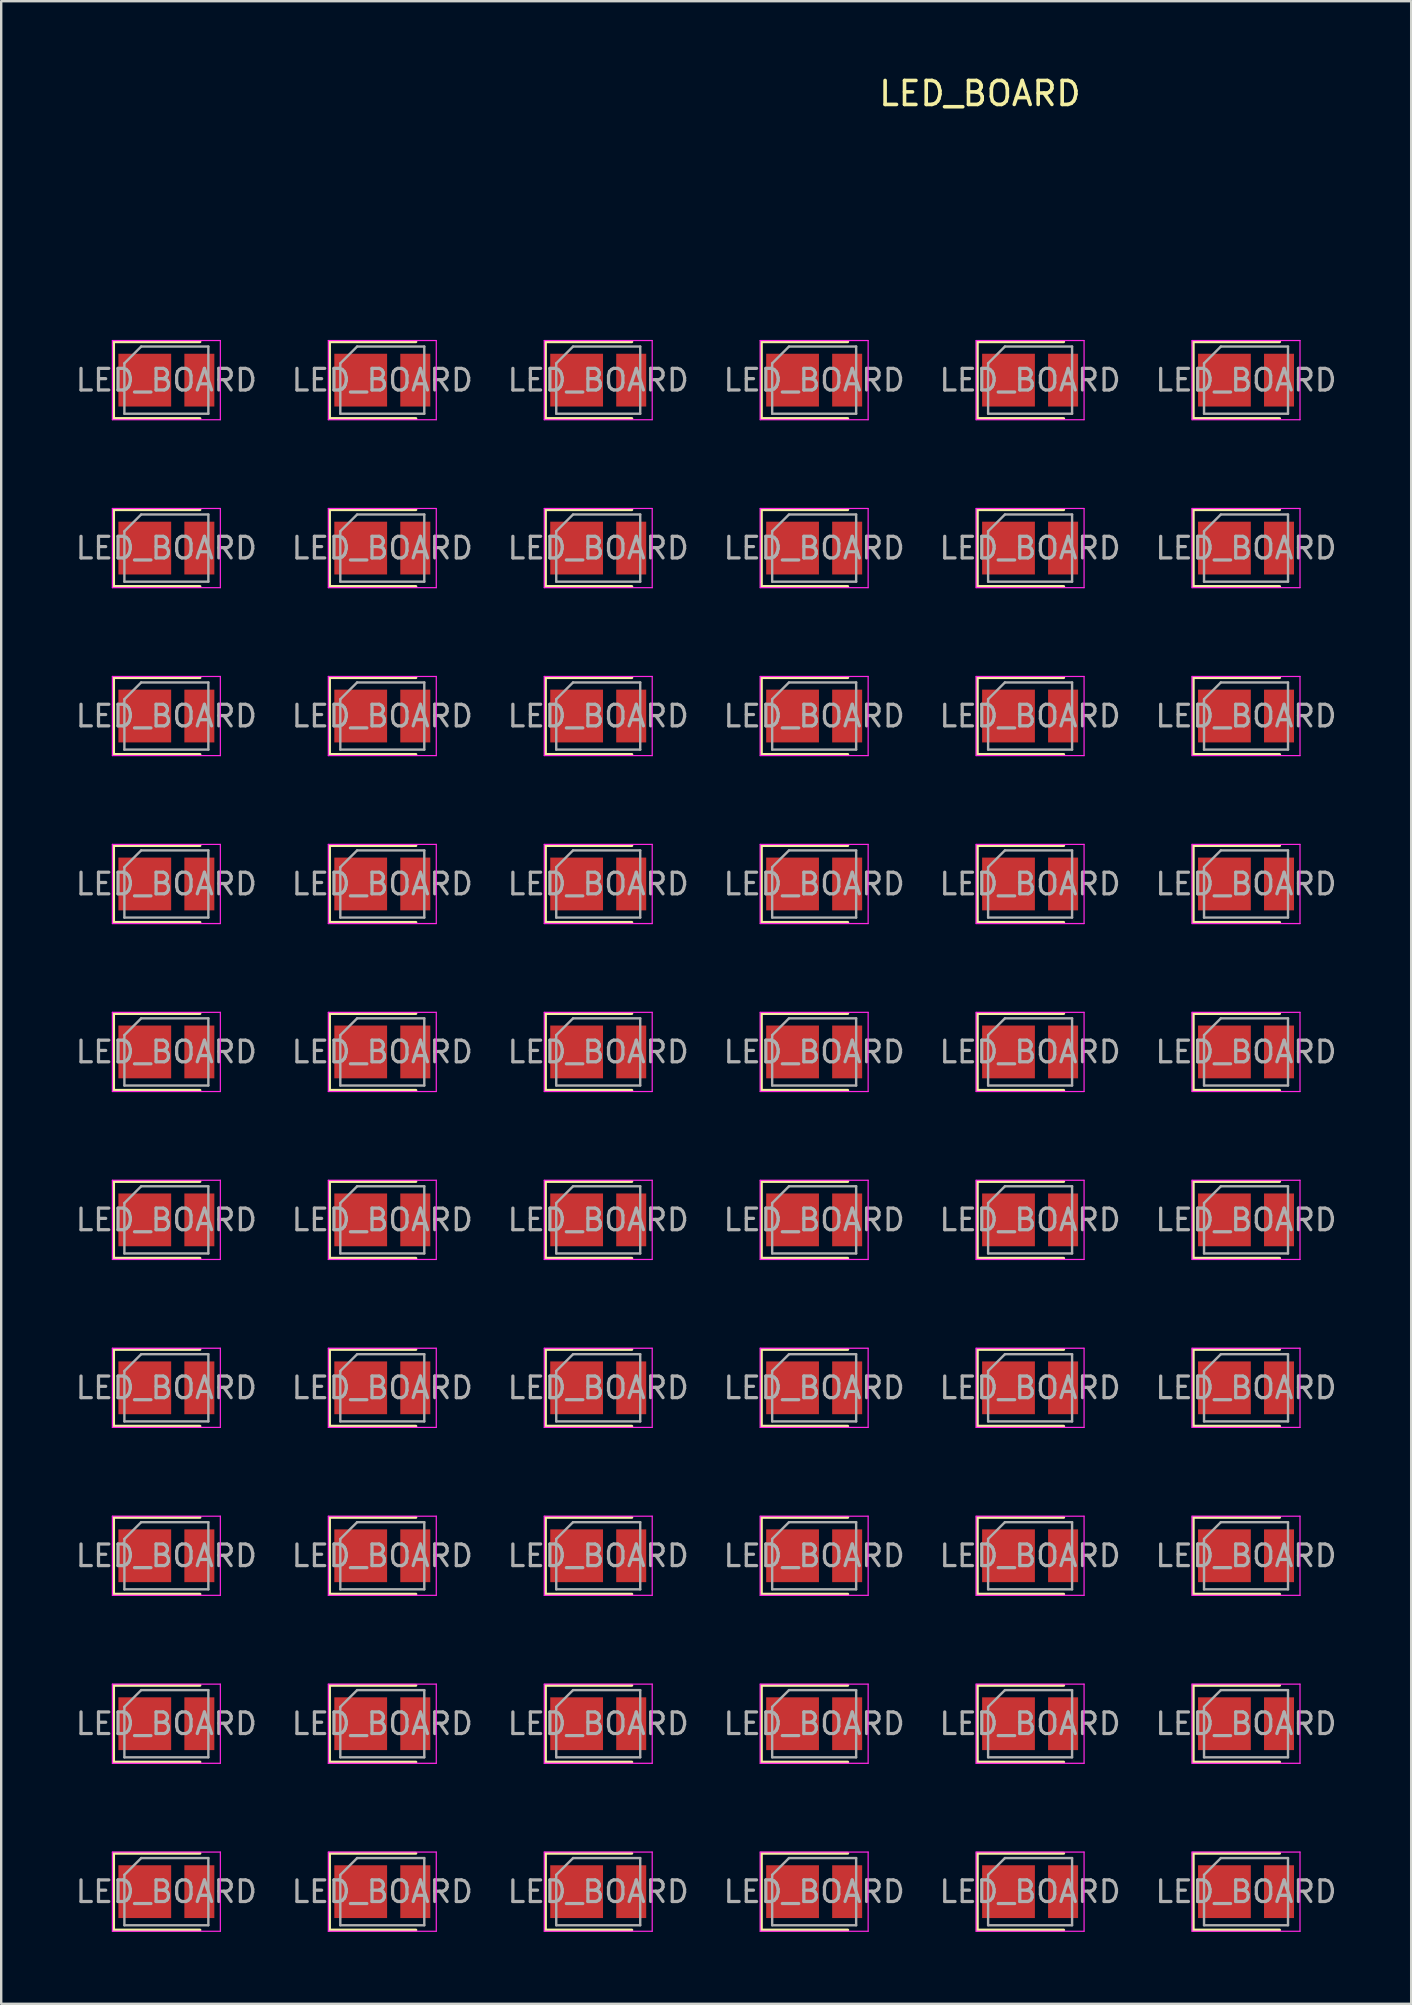
<source format=kicad_pcb>
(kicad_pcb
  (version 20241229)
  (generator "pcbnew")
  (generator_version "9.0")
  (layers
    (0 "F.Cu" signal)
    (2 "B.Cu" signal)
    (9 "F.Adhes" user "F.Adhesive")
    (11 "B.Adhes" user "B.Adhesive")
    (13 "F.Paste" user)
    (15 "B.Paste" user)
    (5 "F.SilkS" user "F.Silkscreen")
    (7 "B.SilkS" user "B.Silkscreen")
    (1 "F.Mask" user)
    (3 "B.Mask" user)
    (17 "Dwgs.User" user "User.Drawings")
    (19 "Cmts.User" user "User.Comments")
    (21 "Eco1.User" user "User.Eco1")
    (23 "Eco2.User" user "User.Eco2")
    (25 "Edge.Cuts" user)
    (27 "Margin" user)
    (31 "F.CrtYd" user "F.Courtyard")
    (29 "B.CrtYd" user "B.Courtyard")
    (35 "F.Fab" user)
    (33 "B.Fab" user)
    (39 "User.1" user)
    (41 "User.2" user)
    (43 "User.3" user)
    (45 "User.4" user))
  (footprint "LED_BOARD"
    (layer "F.Cu")
    (at 9.726 22.319)
    (property "Reference" "LED_BOARD" (at 28.067 -21.471 0) (layer "F.SilkS") (effects (font (size 1 1) (thickness 0.15))))
    (attr through_hole)
    (fp_line (start -8.042 -11.125) (end -8.042 -7.925) (stroke (width 0.12) (type solid)) (layer "F.SilkS"))
    (fp_line (start -8.042 -4.125) (end -8.042 -0.925) (stroke (width 0.12) (type solid)) (layer "F.SilkS"))
    (fp_line (start -8.042 2.875) (end -8.042 6.075) (stroke (width 0.12) (type solid)) (layer "F.SilkS"))
    (fp_line (start -8.042 9.875) (end -8.042 13.075) (stroke (width 0.12) (type solid)) (layer "F.SilkS"))
    (fp_line (start -8.042 16.875) (end -8.042 20.075) (stroke (width 0.12) (type solid)) (layer "F.SilkS"))
    (fp_line (start -8.042 23.875) (end -8.042 27.075) (stroke (width 0.12) (type solid)) (layer "F.SilkS"))
    (fp_line (start -8.042 30.875) (end -8.042 34.075) (stroke (width 0.12) (type solid)) (layer "F.SilkS"))
    (fp_line (start -8.042 37.875) (end -8.042 41.075) (stroke (width 0.12) (type solid)) (layer "F.SilkS"))
    (fp_line (start -8.042 44.875) (end -8.042 48.075) (stroke (width 0.12) (type solid)) (layer "F.SilkS"))
    (fp_line (start -8.042 51.875) (end -8.042 55.075) (stroke (width 0.12) (type solid)) (layer "F.SilkS"))
    (fp_line (start -4.442 -11.125) (end -8.042 -11.125) (stroke (width 0.12) (type solid)) (layer "F.SilkS"))
    (fp_line (start -4.442 -7.925) (end -8.042 -7.925) (stroke (width 0.12) (type solid)) (layer "F.SilkS"))
    (fp_line (start -4.442 -4.125) (end -8.042 -4.125) (stroke (width 0.12) (type solid)) (layer "F.SilkS"))
    (fp_line (start -4.442 -0.925) (end -8.042 -0.925) (stroke (width 0.12) (type solid)) (layer "F.SilkS"))
    (fp_line (start -4.442 2.875) (end -8.042 2.875) (stroke (width 0.12) (type solid)) (layer "F.SilkS"))
    (fp_line (start -4.442 6.075) (end -8.042 6.075) (stroke (width 0.12) (type solid)) (layer "F.SilkS"))
    (fp_line (start -4.442 9.875) (end -8.042 9.875) (stroke (width 0.12) (type solid)) (layer "F.SilkS"))
    (fp_line (start -4.442 13.075) (end -8.042 13.075) (stroke (width 0.12) (type solid)) (layer "F.SilkS"))
    (fp_line (start -4.442 16.875) (end -8.042 16.875) (stroke (width 0.12) (type solid)) (layer "F.SilkS"))
    (fp_line (start -4.442 20.075) (end -8.042 20.075) (stroke (width 0.12) (type solid)) (layer "F.SilkS"))
    (fp_line (start -4.442 23.875) (end -8.042 23.875) (stroke (width 0.12) (type solid)) (layer "F.SilkS"))
    (fp_line (start -4.442 27.075) (end -8.042 27.075) (stroke (width 0.12) (type solid)) (layer "F.SilkS"))
    (fp_line (start -4.442 30.875) (end -8.042 30.875) (stroke (width 0.12) (type solid)) (layer "F.SilkS"))
    (fp_line (start -4.442 34.075) (end -8.042 34.075) (stroke (width 0.12) (type solid)) (layer "F.SilkS"))
    (fp_line (start -4.442 37.875) (end -8.042 37.875) (stroke (width 0.12) (type solid)) (layer "F.SilkS"))
    (fp_line (start -4.442 41.075) (end -8.042 41.075) (stroke (width 0.12) (type solid)) (layer "F.SilkS"))
    (fp_line (start -4.442 44.875) (end -8.042 44.875) (stroke (width 0.12) (type solid)) (layer "F.SilkS"))
    (fp_line (start -4.442 48.075) (end -8.042 48.075) (stroke (width 0.12) (type solid)) (layer "F.SilkS"))
    (fp_line (start -4.442 51.875) (end -8.042 51.875) (stroke (width 0.12) (type solid)) (layer "F.SilkS"))
    (fp_line (start -4.442 55.075) (end -8.042 55.075) (stroke (width 0.12) (type solid)) (layer "F.SilkS"))
    (fp_line (start 0.958 -11.125) (end 0.958 -7.925) (stroke (width 0.12) (type solid)) (layer "F.SilkS"))
    (fp_line (start 0.958 -4.125) (end 0.958 -0.925) (stroke (width 0.12) (type solid)) (layer "F.SilkS"))
    (fp_line (start 0.958 2.875) (end 0.958 6.075) (stroke (width 0.12) (type solid)) (layer "F.SilkS"))
    (fp_line (start 0.958 9.875) (end 0.958 13.075) (stroke (width 0.12) (type solid)) (layer "F.SilkS"))
    (fp_line (start 0.958 16.875) (end 0.958 20.075) (stroke (width 0.12) (type solid)) (layer "F.SilkS"))
    (fp_line (start 0.958 23.875) (end 0.958 27.075) (stroke (width 0.12) (type solid)) (layer "F.SilkS"))
    (fp_line (start 0.958 30.875) (end 0.958 34.075) (stroke (width 0.12) (type solid)) (layer "F.SilkS"))
    (fp_line (start 0.958 37.875) (end 0.958 41.075) (stroke (width 0.12) (type solid)) (layer "F.SilkS"))
    (fp_line (start 0.958 44.875) (end 0.958 48.075) (stroke (width 0.12) (type solid)) (layer "F.SilkS"))
    (fp_line (start 0.958 51.875) (end 0.958 55.075) (stroke (width 0.12) (type solid)) (layer "F.SilkS"))
    (fp_line (start 4.558 -11.125) (end 0.958 -11.125) (stroke (width 0.12) (type solid)) (layer "F.SilkS"))
    (fp_line (start 4.558 -7.925) (end 0.958 -7.925) (stroke (width 0.12) (type solid)) (layer "F.SilkS"))
    (fp_line (start 4.558 -4.125) (end 0.958 -4.125) (stroke (width 0.12) (type solid)) (layer "F.SilkS"))
    (fp_line (start 4.558 -0.925) (end 0.958 -0.925) (stroke (width 0.12) (type solid)) (layer "F.SilkS"))
    (fp_line (start 4.558 2.875) (end 0.958 2.875) (stroke (width 0.12) (type solid)) (layer "F.SilkS"))
    (fp_line (start 4.558 6.075) (end 0.958 6.075) (stroke (width 0.12) (type solid)) (layer "F.SilkS"))
    (fp_line (start 4.558 9.875) (end 0.958 9.875) (stroke (width 0.12) (type solid)) (layer "F.SilkS"))
    (fp_line (start 4.558 13.075) (end 0.958 13.075) (stroke (width 0.12) (type solid)) (layer "F.SilkS"))
    (fp_line (start 4.558 16.875) (end 0.958 16.875) (stroke (width 0.12) (type solid)) (layer "F.SilkS"))
    (fp_line (start 4.558 20.075) (end 0.958 20.075) (stroke (width 0.12) (type solid)) (layer "F.SilkS"))
    (fp_line (start 4.558 23.875) (end 0.958 23.875) (stroke (width 0.12) (type solid)) (layer "F.SilkS"))
    (fp_line (start 4.558 27.075) (end 0.958 27.075) (stroke (width 0.12) (type solid)) (layer "F.SilkS"))
    (fp_line (start 4.558 30.875) (end 0.958 30.875) (stroke (width 0.12) (type solid)) (layer "F.SilkS"))
    (fp_line (start 4.558 34.075) (end 0.958 34.075) (stroke (width 0.12) (type solid)) (layer "F.SilkS"))
    (fp_line (start 4.558 37.875) (end 0.958 37.875) (stroke (width 0.12) (type solid)) (layer "F.SilkS"))
    (fp_line (start 4.558 41.075) (end 0.958 41.075) (stroke (width 0.12) (type solid)) (layer "F.SilkS"))
    (fp_line (start 4.558 44.875) (end 0.958 44.875) (stroke (width 0.12) (type solid)) (layer "F.SilkS"))
    (fp_line (start 4.558 48.075) (end 0.958 48.075) (stroke (width 0.12) (type solid)) (layer "F.SilkS"))
    (fp_line (start 4.558 51.875) (end 0.958 51.875) (stroke (width 0.12) (type solid)) (layer "F.SilkS"))
    (fp_line (start 4.558 55.075) (end 0.958 55.075) (stroke (width 0.12) (type solid)) (layer "F.SilkS"))
    (fp_line (start 9.958 -11.125) (end 9.958 -7.925) (stroke (width 0.12) (type solid)) (layer "F.SilkS"))
    (fp_line (start 9.958 -4.125) (end 9.958 -0.925) (stroke (width 0.12) (type solid)) (layer "F.SilkS"))
    (fp_line (start 9.958 2.875) (end 9.958 6.075) (stroke (width 0.12) (type solid)) (layer "F.SilkS"))
    (fp_line (start 9.958 9.875) (end 9.958 13.075) (stroke (width 0.12) (type solid)) (layer "F.SilkS"))
    (fp_line (start 9.958 16.875) (end 9.958 20.075) (stroke (width 0.12) (type solid)) (layer "F.SilkS"))
    (fp_line (start 9.958 23.875) (end 9.958 27.075) (stroke (width 0.12) (type solid)) (layer "F.SilkS"))
    (fp_line (start 9.958 30.875) (end 9.958 34.075) (stroke (width 0.12) (type solid)) (layer "F.SilkS"))
    (fp_line (start 9.958 37.875) (end 9.958 41.075) (stroke (width 0.12) (type solid)) (layer "F.SilkS"))
    (fp_line (start 9.958 44.875) (end 9.958 48.075) (stroke (width 0.12) (type solid)) (layer "F.SilkS"))
    (fp_line (start 9.958 51.875) (end 9.958 55.075) (stroke (width 0.12) (type solid)) (layer "F.SilkS"))
    (fp_line (start 13.558 -11.125) (end 9.958 -11.125) (stroke (width 0.12) (type solid)) (layer "F.SilkS"))
    (fp_line (start 13.558 -7.925) (end 9.958 -7.925) (stroke (width 0.12) (type solid)) (layer "F.SilkS"))
    (fp_line (start 13.558 -4.125) (end 9.958 -4.125) (stroke (width 0.12) (type solid)) (layer "F.SilkS"))
    (fp_line (start 13.558 -0.925) (end 9.958 -0.925) (stroke (width 0.12) (type solid)) (layer "F.SilkS"))
    (fp_line (start 13.558 2.875) (end 9.958 2.875) (stroke (width 0.12) (type solid)) (layer "F.SilkS"))
    (fp_line (start 13.558 6.075) (end 9.958 6.075) (stroke (width 0.12) (type solid)) (layer "F.SilkS"))
    (fp_line (start 13.558 9.875) (end 9.958 9.875) (stroke (width 0.12) (type solid)) (layer "F.SilkS"))
    (fp_line (start 13.558 13.075) (end 9.958 13.075) (stroke (width 0.12) (type solid)) (layer "F.SilkS"))
    (fp_line (start 13.558 16.875) (end 9.958 16.875) (stroke (width 0.12) (type solid)) (layer "F.SilkS"))
    (fp_line (start 13.558 20.075) (end 9.958 20.075) (stroke (width 0.12) (type solid)) (layer "F.SilkS"))
    (fp_line (start 13.558 23.875) (end 9.958 23.875) (stroke (width 0.12) (type solid)) (layer "F.SilkS"))
    (fp_line (start 13.558 27.075) (end 9.958 27.075) (stroke (width 0.12) (type solid)) (layer "F.SilkS"))
    (fp_line (start 13.558 30.875) (end 9.958 30.875) (stroke (width 0.12) (type solid)) (layer "F.SilkS"))
    (fp_line (start 13.558 34.075) (end 9.958 34.075) (stroke (width 0.12) (type solid)) (layer "F.SilkS"))
    (fp_line (start 13.558 37.875) (end 9.958 37.875) (stroke (width 0.12) (type solid)) (layer "F.SilkS"))
    (fp_line (start 13.558 41.075) (end 9.958 41.075) (stroke (width 0.12) (type solid)) (layer "F.SilkS"))
    (fp_line (start 13.558 44.875) (end 9.958 44.875) (stroke (width 0.12) (type solid)) (layer "F.SilkS"))
    (fp_line (start 13.558 48.075) (end 9.958 48.075) (stroke (width 0.12) (type solid)) (layer "F.SilkS"))
    (fp_line (start 13.558 51.875) (end 9.958 51.875) (stroke (width 0.12) (type solid)) (layer "F.SilkS"))
    (fp_line (start 13.558 55.075) (end 9.958 55.075) (stroke (width 0.12) (type solid)) (layer "F.SilkS"))
    (fp_line (start 18.958 -11.125) (end 18.958 -7.925) (stroke (width 0.12) (type solid)) (layer "F.SilkS"))
    (fp_line (start 18.958 -4.125) (end 18.958 -0.925) (stroke (width 0.12) (type solid)) (layer "F.SilkS"))
    (fp_line (start 18.958 2.875) (end 18.958 6.075) (stroke (width 0.12) (type solid)) (layer "F.SilkS"))
    (fp_line (start 18.958 9.875) (end 18.958 13.075) (stroke (width 0.12) (type solid)) (layer "F.SilkS"))
    (fp_line (start 18.958 16.875) (end 18.958 20.075) (stroke (width 0.12) (type solid)) (layer "F.SilkS"))
    (fp_line (start 18.958 23.875) (end 18.958 27.075) (stroke (width 0.12) (type solid)) (layer "F.SilkS"))
    (fp_line (start 18.958 30.875) (end 18.958 34.075) (stroke (width 0.12) (type solid)) (layer "F.SilkS"))
    (fp_line (start 18.958 37.875) (end 18.958 41.075) (stroke (width 0.12) (type solid)) (layer "F.SilkS"))
    (fp_line (start 18.958 44.875) (end 18.958 48.075) (stroke (width 0.12) (type solid)) (layer "F.SilkS"))
    (fp_line (start 18.958 51.875) (end 18.958 55.075) (stroke (width 0.12) (type solid)) (layer "F.SilkS"))
    (fp_line (start 22.558 -11.125) (end 18.958 -11.125) (stroke (width 0.12) (type solid)) (layer "F.SilkS"))
    (fp_line (start 22.558 -7.925) (end 18.958 -7.925) (stroke (width 0.12) (type solid)) (layer "F.SilkS"))
    (fp_line (start 22.558 -4.125) (end 18.958 -4.125) (stroke (width 0.12) (type solid)) (layer "F.SilkS"))
    (fp_line (start 22.558 -0.925) (end 18.958 -0.925) (stroke (width 0.12) (type solid)) (layer "F.SilkS"))
    (fp_line (start 22.558 2.875) (end 18.958 2.875) (stroke (width 0.12) (type solid)) (layer "F.SilkS"))
    (fp_line (start 22.558 6.075) (end 18.958 6.075) (stroke (width 0.12) (type solid)) (layer "F.SilkS"))
    (fp_line (start 22.558 9.875) (end 18.958 9.875) (stroke (width 0.12) (type solid)) (layer "F.SilkS"))
    (fp_line (start 22.558 13.075) (end 18.958 13.075) (stroke (width 0.12) (type solid)) (layer "F.SilkS"))
    (fp_line (start 22.558 16.875) (end 18.958 16.875) (stroke (width 0.12) (type solid)) (layer "F.SilkS"))
    (fp_line (start 22.558 20.075) (end 18.958 20.075) (stroke (width 0.12) (type solid)) (layer "F.SilkS"))
    (fp_line (start 22.558 23.875) (end 18.958 23.875) (stroke (width 0.12) (type solid)) (layer "F.SilkS"))
    (fp_line (start 22.558 27.075) (end 18.958 27.075) (stroke (width 0.12) (type solid)) (layer "F.SilkS"))
    (fp_line (start 22.558 30.875) (end 18.958 30.875) (stroke (width 0.12) (type solid)) (layer "F.SilkS"))
    (fp_line (start 22.558 34.075) (end 18.958 34.075) (stroke (width 0.12) (type solid)) (layer "F.SilkS"))
    (fp_line (start 22.558 37.875) (end 18.958 37.875) (stroke (width 0.12) (type solid)) (layer "F.SilkS"))
    (fp_line (start 22.558 41.075) (end 18.958 41.075) (stroke (width 0.12) (type solid)) (layer "F.SilkS"))
    (fp_line (start 22.558 44.875) (end 18.958 44.875) (stroke (width 0.12) (type solid)) (layer "F.SilkS"))
    (fp_line (start 22.558 48.075) (end 18.958 48.075) (stroke (width 0.12) (type solid)) (layer "F.SilkS"))
    (fp_line (start 22.558 51.875) (end 18.958 51.875) (stroke (width 0.12) (type solid)) (layer "F.SilkS"))
    (fp_line (start 22.558 55.075) (end 18.958 55.075) (stroke (width 0.12) (type solid)) (layer "F.SilkS"))
    (fp_line (start 27.958 -11.125) (end 27.958 -7.925) (stroke (width 0.12) (type solid)) (layer "F.SilkS"))
    (fp_line (start 27.958 -4.125) (end 27.958 -0.925) (stroke (width 0.12) (type solid)) (layer "F.SilkS"))
    (fp_line (start 27.958 2.875) (end 27.958 6.075) (stroke (width 0.12) (type solid)) (layer "F.SilkS"))
    (fp_line (start 27.958 9.875) (end 27.958 13.075) (stroke (width 0.12) (type solid)) (layer "F.SilkS"))
    (fp_line (start 27.958 16.875) (end 27.958 20.075) (stroke (width 0.12) (type solid)) (layer "F.SilkS"))
    (fp_line (start 27.958 23.875) (end 27.958 27.075) (stroke (width 0.12) (type solid)) (layer "F.SilkS"))
    (fp_line (start 27.958 30.875) (end 27.958 34.075) (stroke (width 0.12) (type solid)) (layer "F.SilkS"))
    (fp_line (start 27.958 37.875) (end 27.958 41.075) (stroke (width 0.12) (type solid)) (layer "F.SilkS"))
    (fp_line (start 27.958 44.875) (end 27.958 48.075) (stroke (width 0.12) (type solid)) (layer "F.SilkS"))
    (fp_line (start 27.958 51.875) (end 27.958 55.075) (stroke (width 0.12) (type solid)) (layer "F.SilkS"))
    (fp_line (start 31.558 -11.125) (end 27.958 -11.125) (stroke (width 0.12) (type solid)) (layer "F.SilkS"))
    (fp_line (start 31.558 -7.925) (end 27.958 -7.925) (stroke (width 0.12) (type solid)) (layer "F.SilkS"))
    (fp_line (start 31.558 -4.125) (end 27.958 -4.125) (stroke (width 0.12) (type solid)) (layer "F.SilkS"))
    (fp_line (start 31.558 -0.925) (end 27.958 -0.925) (stroke (width 0.12) (type solid)) (layer "F.SilkS"))
    (fp_line (start 31.558 2.875) (end 27.958 2.875) (stroke (width 0.12) (type solid)) (layer "F.SilkS"))
    (fp_line (start 31.558 6.075) (end 27.958 6.075) (stroke (width 0.12) (type solid)) (layer "F.SilkS"))
    (fp_line (start 31.558 9.875) (end 27.958 9.875) (stroke (width 0.12) (type solid)) (layer "F.SilkS"))
    (fp_line (start 31.558 13.075) (end 27.958 13.075) (stroke (width 0.12) (type solid)) (layer "F.SilkS"))
    (fp_line (start 31.558 16.875) (end 27.958 16.875) (stroke (width 0.12) (type solid)) (layer "F.SilkS"))
    (fp_line (start 31.558 20.075) (end 27.958 20.075) (stroke (width 0.12) (type solid)) (layer "F.SilkS"))
    (fp_line (start 31.558 23.875) (end 27.958 23.875) (stroke (width 0.12) (type solid)) (layer "F.SilkS"))
    (fp_line (start 31.558 27.075) (end 27.958 27.075) (stroke (width 0.12) (type solid)) (layer "F.SilkS"))
    (fp_line (start 31.558 30.875) (end 27.958 30.875) (stroke (width 0.12) (type solid)) (layer "F.SilkS"))
    (fp_line (start 31.558 34.075) (end 27.958 34.075) (stroke (width 0.12) (type solid)) (layer "F.SilkS"))
    (fp_line (start 31.558 37.875) (end 27.958 37.875) (stroke (width 0.12) (type solid)) (layer "F.SilkS"))
    (fp_line (start 31.558 41.075) (end 27.958 41.075) (stroke (width 0.12) (type solid)) (layer "F.SilkS"))
    (fp_line (start 31.558 44.875) (end 27.958 44.875) (stroke (width 0.12) (type solid)) (layer "F.SilkS"))
    (fp_line (start 31.558 48.075) (end 27.958 48.075) (stroke (width 0.12) (type solid)) (layer "F.SilkS"))
    (fp_line (start 31.558 51.875) (end 27.958 51.875) (stroke (width 0.12) (type solid)) (layer "F.SilkS"))
    (fp_line (start 31.558 55.075) (end 27.958 55.075) (stroke (width 0.12) (type solid)) (layer "F.SilkS"))
    (fp_line (start 36.958 -11.125) (end 36.958 -7.925) (stroke (width 0.12) (type solid)) (layer "F.SilkS"))
    (fp_line (start 36.958 -4.125) (end 36.958 -0.925) (stroke (width 0.12) (type solid)) (layer "F.SilkS"))
    (fp_line (start 36.958 2.875) (end 36.958 6.075) (stroke (width 0.12) (type solid)) (layer "F.SilkS"))
    (fp_line (start 36.958 9.875) (end 36.958 13.075) (stroke (width 0.12) (type solid)) (layer "F.SilkS"))
    (fp_line (start 36.958 16.875) (end 36.958 20.075) (stroke (width 0.12) (type solid)) (layer "F.SilkS"))
    (fp_line (start 36.958 23.875) (end 36.958 27.075) (stroke (width 0.12) (type solid)) (layer "F.SilkS"))
    (fp_line (start 36.958 30.875) (end 36.958 34.075) (stroke (width 0.12) (type solid)) (layer "F.SilkS"))
    (fp_line (start 36.958 37.875) (end 36.958 41.075) (stroke (width 0.12) (type solid)) (layer "F.SilkS"))
    (fp_line (start 36.958 44.875) (end 36.958 48.075) (stroke (width 0.12) (type solid)) (layer "F.SilkS"))
    (fp_line (start 36.958 51.875) (end 36.958 55.075) (stroke (width 0.12) (type solid)) (layer "F.SilkS"))
    (fp_line (start 40.558 -11.125) (end 36.958 -11.125) (stroke (width 0.12) (type solid)) (layer "F.SilkS"))
    (fp_line (start 40.558 -7.925) (end 36.958 -7.925) (stroke (width 0.12) (type solid)) (layer "F.SilkS"))
    (fp_line (start 40.558 -4.125) (end 36.958 -4.125) (stroke (width 0.12) (type solid)) (layer "F.SilkS"))
    (fp_line (start 40.558 -0.925) (end 36.958 -0.925) (stroke (width 0.12) (type solid)) (layer "F.SilkS"))
    (fp_line (start 40.558 2.875) (end 36.958 2.875) (stroke (width 0.12) (type solid)) (layer "F.SilkS"))
    (fp_line (start 40.558 6.075) (end 36.958 6.075) (stroke (width 0.12) (type solid)) (layer "F.SilkS"))
    (fp_line (start 40.558 9.875) (end 36.958 9.875) (stroke (width 0.12) (type solid)) (layer "F.SilkS"))
    (fp_line (start 40.558 13.075) (end 36.958 13.075) (stroke (width 0.12) (type solid)) (layer "F.SilkS"))
    (fp_line (start 40.558 16.875) (end 36.958 16.875) (stroke (width 0.12) (type solid)) (layer "F.SilkS"))
    (fp_line (start 40.558 20.075) (end 36.958 20.075) (stroke (width 0.12) (type solid)) (layer "F.SilkS"))
    (fp_line (start 40.558 23.875) (end 36.958 23.875) (stroke (width 0.12) (type solid)) (layer "F.SilkS"))
    (fp_line (start 40.558 27.075) (end 36.958 27.075) (stroke (width 0.12) (type solid)) (layer "F.SilkS"))
    (fp_line (start 40.558 30.875) (end 36.958 30.875) (stroke (width 0.12) (type solid)) (layer "F.SilkS"))
    (fp_line (start 40.558 34.075) (end 36.958 34.075) (stroke (width 0.12) (type solid)) (layer "F.SilkS"))
    (fp_line (start 40.558 37.875) (end 36.958 37.875) (stroke (width 0.12) (type solid)) (layer "F.SilkS"))
    (fp_line (start 40.558 41.075) (end 36.958 41.075) (stroke (width 0.12) (type solid)) (layer "F.SilkS"))
    (fp_line (start 40.558 44.875) (end 36.958 44.875) (stroke (width 0.12) (type solid)) (layer "F.SilkS"))
    (fp_line (start 40.558 48.075) (end 36.958 48.075) (stroke (width 0.12) (type solid)) (layer "F.SilkS"))
    (fp_line (start 40.558 51.875) (end 36.958 51.875) (stroke (width 0.12) (type solid)) (layer "F.SilkS"))
    (fp_line (start 40.558 55.075) (end 36.958 55.075) (stroke (width 0.12) (type solid)) (layer "F.SilkS"))
    (fp_line (start -8.092 -11.175) (end -3.592 -11.175) (stroke (width 0.05) (type solid)) (layer "F.CrtYd"))
    (fp_line (start -8.092 -7.875) (end -8.092 -11.175) (stroke (width 0.05) (type solid)) (layer "F.CrtYd"))
    (fp_line (start -8.092 -4.175) (end -3.592 -4.175) (stroke (width 0.05) (type solid)) (layer "F.CrtYd"))
    (fp_line (start -8.092 -0.875) (end -8.092 -4.175) (stroke (width 0.05) (type solid)) (layer "F.CrtYd"))
    (fp_line (start -8.092 2.825) (end -3.592 2.825) (stroke (width 0.05) (type solid)) (layer "F.CrtYd"))
    (fp_line (start -8.092 6.125) (end -8.092 2.825) (stroke (width 0.05) (type solid)) (layer "F.CrtYd"))
    (fp_line (start -8.092 9.825) (end -3.592 9.825) (stroke (width 0.05) (type solid)) (layer "F.CrtYd"))
    (fp_line (start -8.092 13.125) (end -8.092 9.825) (stroke (width 0.05) (type solid)) (layer "F.CrtYd"))
    (fp_line (start -8.092 16.825) (end -3.592 16.825) (stroke (width 0.05) (type solid)) (layer "F.CrtYd"))
    (fp_line (start -8.092 20.125) (end -8.092 16.825) (stroke (width 0.05) (type solid)) (layer "F.CrtYd"))
    (fp_line (start -8.092 23.825) (end -3.592 23.825) (stroke (width 0.05) (type solid)) (layer "F.CrtYd"))
    (fp_line (start -8.092 27.125) (end -8.092 23.825) (stroke (width 0.05) (type solid)) (layer "F.CrtYd"))
    (fp_line (start -8.092 30.825) (end -3.592 30.825) (stroke (width 0.05) (type solid)) (layer "F.CrtYd"))
    (fp_line (start -8.092 34.125) (end -8.092 30.825) (stroke (width 0.05) (type solid)) (layer "F.CrtYd"))
    (fp_line (start -8.092 37.825) (end -3.592 37.825) (stroke (width 0.05) (type solid)) (layer "F.CrtYd"))
    (fp_line (start -8.092 41.125) (end -8.092 37.825) (stroke (width 0.05) (type solid)) (layer "F.CrtYd"))
    (fp_line (start -8.092 44.825) (end -3.592 44.825) (stroke (width 0.05) (type solid)) (layer "F.CrtYd"))
    (fp_line (start -8.092 48.125) (end -8.092 44.825) (stroke (width 0.05) (type solid)) (layer "F.CrtYd"))
    (fp_line (start -8.092 51.825) (end -3.592 51.825) (stroke (width 0.05) (type solid)) (layer "F.CrtYd"))
    (fp_line (start -8.092 55.125) (end -8.092 51.825) (stroke (width 0.05) (type solid)) (layer "F.CrtYd"))
    (fp_line (start -3.592 -11.175) (end -3.592 -7.875) (stroke (width 0.05) (type solid)) (layer "F.CrtYd"))
    (fp_line (start -3.592 -7.875) (end -8.092 -7.875) (stroke (width 0.05) (type solid)) (layer "F.CrtYd"))
    (fp_line (start -3.592 -4.175) (end -3.592 -0.875) (stroke (width 0.05) (type solid)) (layer "F.CrtYd"))
    (fp_line (start -3.592 -0.875) (end -8.092 -0.875) (stroke (width 0.05) (type solid)) (layer "F.CrtYd"))
    (fp_line (start -3.592 2.825) (end -3.592 6.125) (stroke (width 0.05) (type solid)) (layer "F.CrtYd"))
    (fp_line (start -3.592 6.125) (end -8.092 6.125) (stroke (width 0.05) (type solid)) (layer "F.CrtYd"))
    (fp_line (start -3.592 9.825) (end -3.592 13.125) (stroke (width 0.05) (type solid)) (layer "F.CrtYd"))
    (fp_line (start -3.592 13.125) (end -8.092 13.125) (stroke (width 0.05) (type solid)) (layer "F.CrtYd"))
    (fp_line (start -3.592 16.825) (end -3.592 20.125) (stroke (width 0.05) (type solid)) (layer "F.CrtYd"))
    (fp_line (start -3.592 20.125) (end -8.092 20.125) (stroke (width 0.05) (type solid)) (layer "F.CrtYd"))
    (fp_line (start -3.592 23.825) (end -3.592 27.125) (stroke (width 0.05) (type solid)) (layer "F.CrtYd"))
    (fp_line (start -3.592 27.125) (end -8.092 27.125) (stroke (width 0.05) (type solid)) (layer "F.CrtYd"))
    (fp_line (start -3.592 30.825) (end -3.592 34.125) (stroke (width 0.05) (type solid)) (layer "F.CrtYd"))
    (fp_line (start -3.592 34.125) (end -8.092 34.125) (stroke (width 0.05) (type solid)) (layer "F.CrtYd"))
    (fp_line (start -3.592 37.825) (end -3.592 41.125) (stroke (width 0.05) (type solid)) (layer "F.CrtYd"))
    (fp_line (start -3.592 41.125) (end -8.092 41.125) (stroke (width 0.05) (type solid)) (layer "F.CrtYd"))
    (fp_line (start -3.592 44.825) (end -3.592 48.125) (stroke (width 0.05) (type solid)) (layer "F.CrtYd"))
    (fp_line (start -3.592 48.125) (end -8.092 48.125) (stroke (width 0.05) (type solid)) (layer "F.CrtYd"))
    (fp_line (start -3.592 51.825) (end -3.592 55.125) (stroke (width 0.05) (type solid)) (layer "F.CrtYd"))
    (fp_line (start -3.592 55.125) (end -8.092 55.125) (stroke (width 0.05) (type solid)) (layer "F.CrtYd"))
    (fp_line (start 0.908 -11.175) (end 5.408 -11.175) (stroke (width 0.05) (type solid)) (layer "F.CrtYd"))
    (fp_line (start 0.908 -7.875) (end 0.908 -11.175) (stroke (width 0.05) (type solid)) (layer "F.CrtYd"))
    (fp_line (start 0.908 -4.175) (end 5.408 -4.175) (stroke (width 0.05) (type solid)) (layer "F.CrtYd"))
    (fp_line (start 0.908 -0.875) (end 0.908 -4.175) (stroke (width 0.05) (type solid)) (layer "F.CrtYd"))
    (fp_line (start 0.908 2.825) (end 5.408 2.825) (stroke (width 0.05) (type solid)) (layer "F.CrtYd"))
    (fp_line (start 0.908 6.125) (end 0.908 2.825) (stroke (width 0.05) (type solid)) (layer "F.CrtYd"))
    (fp_line (start 0.908 9.825) (end 5.408 9.825) (stroke (width 0.05) (type solid)) (layer "F.CrtYd"))
    (fp_line (start 0.908 13.125) (end 0.908 9.825) (stroke (width 0.05) (type solid)) (layer "F.CrtYd"))
    (fp_line (start 0.908 16.825) (end 5.408 16.825) (stroke (width 0.05) (type solid)) (layer "F.CrtYd"))
    (fp_line (start 0.908 20.125) (end 0.908 16.825) (stroke (width 0.05) (type solid)) (layer "F.CrtYd"))
    (fp_line (start 0.908 23.825) (end 5.408 23.825) (stroke (width 0.05) (type solid)) (layer "F.CrtYd"))
    (fp_line (start 0.908 27.125) (end 0.908 23.825) (stroke (width 0.05) (type solid)) (layer "F.CrtYd"))
    (fp_line (start 0.908 30.825) (end 5.408 30.825) (stroke (width 0.05) (type solid)) (layer "F.CrtYd"))
    (fp_line (start 0.908 34.125) (end 0.908 30.825) (stroke (width 0.05) (type solid)) (layer "F.CrtYd"))
    (fp_line (start 0.908 37.825) (end 5.408 37.825) (stroke (width 0.05) (type solid)) (layer "F.CrtYd"))
    (fp_line (start 0.908 41.125) (end 0.908 37.825) (stroke (width 0.05) (type solid)) (layer "F.CrtYd"))
    (fp_line (start 0.908 44.825) (end 5.408 44.825) (stroke (width 0.05) (type solid)) (layer "F.CrtYd"))
    (fp_line (start 0.908 48.125) (end 0.908 44.825) (stroke (width 0.05) (type solid)) (layer "F.CrtYd"))
    (fp_line (start 0.908 51.825) (end 5.408 51.825) (stroke (width 0.05) (type solid)) (layer "F.CrtYd"))
    (fp_line (start 0.908 55.125) (end 0.908 51.825) (stroke (width 0.05) (type solid)) (layer "F.CrtYd"))
    (fp_line (start 5.408 -11.175) (end 5.408 -7.875) (stroke (width 0.05) (type solid)) (layer "F.CrtYd"))
    (fp_line (start 5.408 -7.875) (end 0.908 -7.875) (stroke (width 0.05) (type solid)) (layer "F.CrtYd"))
    (fp_line (start 5.408 -4.175) (end 5.408 -0.875) (stroke (width 0.05) (type solid)) (layer "F.CrtYd"))
    (fp_line (start 5.408 -0.875) (end 0.908 -0.875) (stroke (width 0.05) (type solid)) (layer "F.CrtYd"))
    (fp_line (start 5.408 2.825) (end 5.408 6.125) (stroke (width 0.05) (type solid)) (layer "F.CrtYd"))
    (fp_line (start 5.408 6.125) (end 0.908 6.125) (stroke (width 0.05) (type solid)) (layer "F.CrtYd"))
    (fp_line (start 5.408 9.825) (end 5.408 13.125) (stroke (width 0.05) (type solid)) (layer "F.CrtYd"))
    (fp_line (start 5.408 13.125) (end 0.908 13.125) (stroke (width 0.05) (type solid)) (layer "F.CrtYd"))
    (fp_line (start 5.408 16.825) (end 5.408 20.125) (stroke (width 0.05) (type solid)) (layer "F.CrtYd"))
    (fp_line (start 5.408 20.125) (end 0.908 20.125) (stroke (width 0.05) (type solid)) (layer "F.CrtYd"))
    (fp_line (start 5.408 23.825) (end 5.408 27.125) (stroke (width 0.05) (type solid)) (layer "F.CrtYd"))
    (fp_line (start 5.408 27.125) (end 0.908 27.125) (stroke (width 0.05) (type solid)) (layer "F.CrtYd"))
    (fp_line (start 5.408 30.825) (end 5.408 34.125) (stroke (width 0.05) (type solid)) (layer "F.CrtYd"))
    (fp_line (start 5.408 34.125) (end 0.908 34.125) (stroke (width 0.05) (type solid)) (layer "F.CrtYd"))
    (fp_line (start 5.408 37.825) (end 5.408 41.125) (stroke (width 0.05) (type solid)) (layer "F.CrtYd"))
    (fp_line (start 5.408 41.125) (end 0.908 41.125) (stroke (width 0.05) (type solid)) (layer "F.CrtYd"))
    (fp_line (start 5.408 44.825) (end 5.408 48.125) (stroke (width 0.05) (type solid)) (layer "F.CrtYd"))
    (fp_line (start 5.408 48.125) (end 0.908 48.125) (stroke (width 0.05) (type solid)) (layer "F.CrtYd"))
    (fp_line (start 5.408 51.825) (end 5.408 55.125) (stroke (width 0.05) (type solid)) (layer "F.CrtYd"))
    (fp_line (start 5.408 55.125) (end 0.908 55.125) (stroke (width 0.05) (type solid)) (layer "F.CrtYd"))
    (fp_line (start 9.908 -11.175) (end 14.408 -11.175) (stroke (width 0.05) (type solid)) (layer "F.CrtYd"))
    (fp_line (start 9.908 -7.875) (end 9.908 -11.175) (stroke (width 0.05) (type solid)) (layer "F.CrtYd"))
    (fp_line (start 9.908 -4.175) (end 14.408 -4.175) (stroke (width 0.05) (type solid)) (layer "F.CrtYd"))
    (fp_line (start 9.908 -0.875) (end 9.908 -4.175) (stroke (width 0.05) (type solid)) (layer "F.CrtYd"))
    (fp_line (start 9.908 2.825) (end 14.408 2.825) (stroke (width 0.05) (type solid)) (layer "F.CrtYd"))
    (fp_line (start 9.908 6.125) (end 9.908 2.825) (stroke (width 0.05) (type solid)) (layer "F.CrtYd"))
    (fp_line (start 9.908 9.825) (end 14.408 9.825) (stroke (width 0.05) (type solid)) (layer "F.CrtYd"))
    (fp_line (start 9.908 13.125) (end 9.908 9.825) (stroke (width 0.05) (type solid)) (layer "F.CrtYd"))
    (fp_line (start 9.908 16.825) (end 14.408 16.825) (stroke (width 0.05) (type solid)) (layer "F.CrtYd"))
    (fp_line (start 9.908 20.125) (end 9.908 16.825) (stroke (width 0.05) (type solid)) (layer "F.CrtYd"))
    (fp_line (start 9.908 23.825) (end 14.408 23.825) (stroke (width 0.05) (type solid)) (layer "F.CrtYd"))
    (fp_line (start 9.908 27.125) (end 9.908 23.825) (stroke (width 0.05) (type solid)) (layer "F.CrtYd"))
    (fp_line (start 9.908 30.825) (end 14.408 30.825) (stroke (width 0.05) (type solid)) (layer "F.CrtYd"))
    (fp_line (start 9.908 34.125) (end 9.908 30.825) (stroke (width 0.05) (type solid)) (layer "F.CrtYd"))
    (fp_line (start 9.908 37.825) (end 14.408 37.825) (stroke (width 0.05) (type solid)) (layer "F.CrtYd"))
    (fp_line (start 9.908 41.125) (end 9.908 37.825) (stroke (width 0.05) (type solid)) (layer "F.CrtYd"))
    (fp_line (start 9.908 44.825) (end 14.408 44.825) (stroke (width 0.05) (type solid)) (layer "F.CrtYd"))
    (fp_line (start 9.908 48.125) (end 9.908 44.825) (stroke (width 0.05) (type solid)) (layer "F.CrtYd"))
    (fp_line (start 9.908 51.825) (end 14.408 51.825) (stroke (width 0.05) (type solid)) (layer "F.CrtYd"))
    (fp_line (start 9.908 55.125) (end 9.908 51.825) (stroke (width 0.05) (type solid)) (layer "F.CrtYd"))
    (fp_line (start 14.408 -11.175) (end 14.408 -7.875) (stroke (width 0.05) (type solid)) (layer "F.CrtYd"))
    (fp_line (start 14.408 -7.875) (end 9.908 -7.875) (stroke (width 0.05) (type solid)) (layer "F.CrtYd"))
    (fp_line (start 14.408 -4.175) (end 14.408 -0.875) (stroke (width 0.05) (type solid)) (layer "F.CrtYd"))
    (fp_line (start 14.408 -0.875) (end 9.908 -0.875) (stroke (width 0.05) (type solid)) (layer "F.CrtYd"))
    (fp_line (start 14.408 2.825) (end 14.408 6.125) (stroke (width 0.05) (type solid)) (layer "F.CrtYd"))
    (fp_line (start 14.408 6.125) (end 9.908 6.125) (stroke (width 0.05) (type solid)) (layer "F.CrtYd"))
    (fp_line (start 14.408 9.825) (end 14.408 13.125) (stroke (width 0.05) (type solid)) (layer "F.CrtYd"))
    (fp_line (start 14.408 13.125) (end 9.908 13.125) (stroke (width 0.05) (type solid)) (layer "F.CrtYd"))
    (fp_line (start 14.408 16.825) (end 14.408 20.125) (stroke (width 0.05) (type solid)) (layer "F.CrtYd"))
    (fp_line (start 14.408 20.125) (end 9.908 20.125) (stroke (width 0.05) (type solid)) (layer "F.CrtYd"))
    (fp_line (start 14.408 23.825) (end 14.408 27.125) (stroke (width 0.05) (type solid)) (layer "F.CrtYd"))
    (fp_line (start 14.408 27.125) (end 9.908 27.125) (stroke (width 0.05) (type solid)) (layer "F.CrtYd"))
    (fp_line (start 14.408 30.825) (end 14.408 34.125) (stroke (width 0.05) (type solid)) (layer "F.CrtYd"))
    (fp_line (start 14.408 34.125) (end 9.908 34.125) (stroke (width 0.05) (type solid)) (layer "F.CrtYd"))
    (fp_line (start 14.408 37.825) (end 14.408 41.125) (stroke (width 0.05) (type solid)) (layer "F.CrtYd"))
    (fp_line (start 14.408 41.125) (end 9.908 41.125) (stroke (width 0.05) (type solid)) (layer "F.CrtYd"))
    (fp_line (start 14.408 44.825) (end 14.408 48.125) (stroke (width 0.05) (type solid)) (layer "F.CrtYd"))
    (fp_line (start 14.408 48.125) (end 9.908 48.125) (stroke (width 0.05) (type solid)) (layer "F.CrtYd"))
    (fp_line (start 14.408 51.825) (end 14.408 55.125) (stroke (width 0.05) (type solid)) (layer "F.CrtYd"))
    (fp_line (start 14.408 55.125) (end 9.908 55.125) (stroke (width 0.05) (type solid)) (layer "F.CrtYd"))
    (fp_line (start 18.908 -11.175) (end 23.408 -11.175) (stroke (width 0.05) (type solid)) (layer "F.CrtYd"))
    (fp_line (start 18.908 -7.875) (end 18.908 -11.175) (stroke (width 0.05) (type solid)) (layer "F.CrtYd"))
    (fp_line (start 18.908 -4.175) (end 23.408 -4.175) (stroke (width 0.05) (type solid)) (layer "F.CrtYd"))
    (fp_line (start 18.908 -0.875) (end 18.908 -4.175) (stroke (width 0.05) (type solid)) (layer "F.CrtYd"))
    (fp_line (start 18.908 2.825) (end 23.408 2.825) (stroke (width 0.05) (type solid)) (layer "F.CrtYd"))
    (fp_line (start 18.908 6.125) (end 18.908 2.825) (stroke (width 0.05) (type solid)) (layer "F.CrtYd"))
    (fp_line (start 18.908 9.825) (end 23.408 9.825) (stroke (width 0.05) (type solid)) (layer "F.CrtYd"))
    (fp_line (start 18.908 13.125) (end 18.908 9.825) (stroke (width 0.05) (type solid)) (layer "F.CrtYd"))
    (fp_line (start 18.908 16.825) (end 23.408 16.825) (stroke (width 0.05) (type solid)) (layer "F.CrtYd"))
    (fp_line (start 18.908 20.125) (end 18.908 16.825) (stroke (width 0.05) (type solid)) (layer "F.CrtYd"))
    (fp_line (start 18.908 23.825) (end 23.408 23.825) (stroke (width 0.05) (type solid)) (layer "F.CrtYd"))
    (fp_line (start 18.908 27.125) (end 18.908 23.825) (stroke (width 0.05) (type solid)) (layer "F.CrtYd"))
    (fp_line (start 18.908 30.825) (end 23.408 30.825) (stroke (width 0.05) (type solid)) (layer "F.CrtYd"))
    (fp_line (start 18.908 34.125) (end 18.908 30.825) (stroke (width 0.05) (type solid)) (layer "F.CrtYd"))
    (fp_line (start 18.908 37.825) (end 23.408 37.825) (stroke (width 0.05) (type solid)) (layer "F.CrtYd"))
    (fp_line (start 18.908 41.125) (end 18.908 37.825) (stroke (width 0.05) (type solid)) (layer "F.CrtYd"))
    (fp_line (start 18.908 44.825) (end 23.408 44.825) (stroke (width 0.05) (type solid)) (layer "F.CrtYd"))
    (fp_line (start 18.908 48.125) (end 18.908 44.825) (stroke (width 0.05) (type solid)) (layer "F.CrtYd"))
    (fp_line (start 18.908 51.825) (end 23.408 51.825) (stroke (width 0.05) (type solid)) (layer "F.CrtYd"))
    (fp_line (start 18.908 55.125) (end 18.908 51.825) (stroke (width 0.05) (type solid)) (layer "F.CrtYd"))
    (fp_line (start 23.408 -11.175) (end 23.408 -7.875) (stroke (width 0.05) (type solid)) (layer "F.CrtYd"))
    (fp_line (start 23.408 -7.875) (end 18.908 -7.875) (stroke (width 0.05) (type solid)) (layer "F.CrtYd"))
    (fp_line (start 23.408 -4.175) (end 23.408 -0.875) (stroke (width 0.05) (type solid)) (layer "F.CrtYd"))
    (fp_line (start 23.408 -0.875) (end 18.908 -0.875) (stroke (width 0.05) (type solid)) (layer "F.CrtYd"))
    (fp_line (start 23.408 2.825) (end 23.408 6.125) (stroke (width 0.05) (type solid)) (layer "F.CrtYd"))
    (fp_line (start 23.408 6.125) (end 18.908 6.125) (stroke (width 0.05) (type solid)) (layer "F.CrtYd"))
    (fp_line (start 23.408 9.825) (end 23.408 13.125) (stroke (width 0.05) (type solid)) (layer "F.CrtYd"))
    (fp_line (start 23.408 13.125) (end 18.908 13.125) (stroke (width 0.05) (type solid)) (layer "F.CrtYd"))
    (fp_line (start 23.408 16.825) (end 23.408 20.125) (stroke (width 0.05) (type solid)) (layer "F.CrtYd"))
    (fp_line (start 23.408 20.125) (end 18.908 20.125) (stroke (width 0.05) (type solid)) (layer "F.CrtYd"))
    (fp_line (start 23.408 23.825) (end 23.408 27.125) (stroke (width 0.05) (type solid)) (layer "F.CrtYd"))
    (fp_line (start 23.408 27.125) (end 18.908 27.125) (stroke (width 0.05) (type solid)) (layer "F.CrtYd"))
    (fp_line (start 23.408 30.825) (end 23.408 34.125) (stroke (width 0.05) (type solid)) (layer "F.CrtYd"))
    (fp_line (start 23.408 34.125) (end 18.908 34.125) (stroke (width 0.05) (type solid)) (layer "F.CrtYd"))
    (fp_line (start 23.408 37.825) (end 23.408 41.125) (stroke (width 0.05) (type solid)) (layer "F.CrtYd"))
    (fp_line (start 23.408 41.125) (end 18.908 41.125) (stroke (width 0.05) (type solid)) (layer "F.CrtYd"))
    (fp_line (start 23.408 44.825) (end 23.408 48.125) (stroke (width 0.05) (type solid)) (layer "F.CrtYd"))
    (fp_line (start 23.408 48.125) (end 18.908 48.125) (stroke (width 0.05) (type solid)) (layer "F.CrtYd"))
    (fp_line (start 23.408 51.825) (end 23.408 55.125) (stroke (width 0.05) (type solid)) (layer "F.CrtYd"))
    (fp_line (start 23.408 55.125) (end 18.908 55.125) (stroke (width 0.05) (type solid)) (layer "F.CrtYd"))
    (fp_line (start 27.908 -11.175) (end 32.408 -11.175) (stroke (width 0.05) (type solid)) (layer "F.CrtYd"))
    (fp_line (start 27.908 -7.875) (end 27.908 -11.175) (stroke (width 0.05) (type solid)) (layer "F.CrtYd"))
    (fp_line (start 27.908 -4.175) (end 32.408 -4.175) (stroke (width 0.05) (type solid)) (layer "F.CrtYd"))
    (fp_line (start 27.908 -0.875) (end 27.908 -4.175) (stroke (width 0.05) (type solid)) (layer "F.CrtYd"))
    (fp_line (start 27.908 2.825) (end 32.408 2.825) (stroke (width 0.05) (type solid)) (layer "F.CrtYd"))
    (fp_line (start 27.908 6.125) (end 27.908 2.825) (stroke (width 0.05) (type solid)) (layer "F.CrtYd"))
    (fp_line (start 27.908 9.825) (end 32.408 9.825) (stroke (width 0.05) (type solid)) (layer "F.CrtYd"))
    (fp_line (start 27.908 13.125) (end 27.908 9.825) (stroke (width 0.05) (type solid)) (layer "F.CrtYd"))
    (fp_line (start 27.908 16.825) (end 32.408 16.825) (stroke (width 0.05) (type solid)) (layer "F.CrtYd"))
    (fp_line (start 27.908 20.125) (end 27.908 16.825) (stroke (width 0.05) (type solid)) (layer "F.CrtYd"))
    (fp_line (start 27.908 23.825) (end 32.408 23.825) (stroke (width 0.05) (type solid)) (layer "F.CrtYd"))
    (fp_line (start 27.908 27.125) (end 27.908 23.825) (stroke (width 0.05) (type solid)) (layer "F.CrtYd"))
    (fp_line (start 27.908 30.825) (end 32.408 30.825) (stroke (width 0.05) (type solid)) (layer "F.CrtYd"))
    (fp_line (start 27.908 34.125) (end 27.908 30.825) (stroke (width 0.05) (type solid)) (layer "F.CrtYd"))
    (fp_line (start 27.908 37.825) (end 32.408 37.825) (stroke (width 0.05) (type solid)) (layer "F.CrtYd"))
    (fp_line (start 27.908 41.125) (end 27.908 37.825) (stroke (width 0.05) (type solid)) (layer "F.CrtYd"))
    (fp_line (start 27.908 44.825) (end 32.408 44.825) (stroke (width 0.05) (type solid)) (layer "F.CrtYd"))
    (fp_line (start 27.908 48.125) (end 27.908 44.825) (stroke (width 0.05) (type solid)) (layer "F.CrtYd"))
    (fp_line (start 27.908 51.825) (end 32.408 51.825) (stroke (width 0.05) (type solid)) (layer "F.CrtYd"))
    (fp_line (start 27.908 55.125) (end 27.908 51.825) (stroke (width 0.05) (type solid)) (layer "F.CrtYd"))
    (fp_line (start 32.408 -11.175) (end 32.408 -7.875) (stroke (width 0.05) (type solid)) (layer "F.CrtYd"))
    (fp_line (start 32.408 -7.875) (end 27.908 -7.875) (stroke (width 0.05) (type solid)) (layer "F.CrtYd"))
    (fp_line (start 32.408 -4.175) (end 32.408 -0.875) (stroke (width 0.05) (type solid)) (layer "F.CrtYd"))
    (fp_line (start 32.408 -0.875) (end 27.908 -0.875) (stroke (width 0.05) (type solid)) (layer "F.CrtYd"))
    (fp_line (start 32.408 2.825) (end 32.408 6.125) (stroke (width 0.05) (type solid)) (layer "F.CrtYd"))
    (fp_line (start 32.408 6.125) (end 27.908 6.125) (stroke (width 0.05) (type solid)) (layer "F.CrtYd"))
    (fp_line (start 32.408 9.825) (end 32.408 13.125) (stroke (width 0.05) (type solid)) (layer "F.CrtYd"))
    (fp_line (start 32.408 13.125) (end 27.908 13.125) (stroke (width 0.05) (type solid)) (layer "F.CrtYd"))
    (fp_line (start 32.408 16.825) (end 32.408 20.125) (stroke (width 0.05) (type solid)) (layer "F.CrtYd"))
    (fp_line (start 32.408 20.125) (end 27.908 20.125) (stroke (width 0.05) (type solid)) (layer "F.CrtYd"))
    (fp_line (start 32.408 23.825) (end 32.408 27.125) (stroke (width 0.05) (type solid)) (layer "F.CrtYd"))
    (fp_line (start 32.408 27.125) (end 27.908 27.125) (stroke (width 0.05) (type solid)) (layer "F.CrtYd"))
    (fp_line (start 32.408 30.825) (end 32.408 34.125) (stroke (width 0.05) (type solid)) (layer "F.CrtYd"))
    (fp_line (start 32.408 34.125) (end 27.908 34.125) (stroke (width 0.05) (type solid)) (layer "F.CrtYd"))
    (fp_line (start 32.408 37.825) (end 32.408 41.125) (stroke (width 0.05) (type solid)) (layer "F.CrtYd"))
    (fp_line (start 32.408 41.125) (end 27.908 41.125) (stroke (width 0.05) (type solid)) (layer "F.CrtYd"))
    (fp_line (start 32.408 44.825) (end 32.408 48.125) (stroke (width 0.05) (type solid)) (layer "F.CrtYd"))
    (fp_line (start 32.408 48.125) (end 27.908 48.125) (stroke (width 0.05) (type solid)) (layer "F.CrtYd"))
    (fp_line (start 32.408 51.825) (end 32.408 55.125) (stroke (width 0.05) (type solid)) (layer "F.CrtYd"))
    (fp_line (start 32.408 55.125) (end 27.908 55.125) (stroke (width 0.05) (type solid)) (layer "F.CrtYd"))
    (fp_line (start 36.908 -11.175) (end 41.408 -11.175) (stroke (width 0.05) (type solid)) (layer "F.CrtYd"))
    (fp_line (start 36.908 -7.875) (end 36.908 -11.175) (stroke (width 0.05) (type solid)) (layer "F.CrtYd"))
    (fp_line (start 36.908 -4.175) (end 41.408 -4.175) (stroke (width 0.05) (type solid)) (layer "F.CrtYd"))
    (fp_line (start 36.908 -0.875) (end 36.908 -4.175) (stroke (width 0.05) (type solid)) (layer "F.CrtYd"))
    (fp_line (start 36.908 2.825) (end 41.408 2.825) (stroke (width 0.05) (type solid)) (layer "F.CrtYd"))
    (fp_line (start 36.908 6.125) (end 36.908 2.825) (stroke (width 0.05) (type solid)) (layer "F.CrtYd"))
    (fp_line (start 36.908 9.825) (end 41.408 9.825) (stroke (width 0.05) (type solid)) (layer "F.CrtYd"))
    (fp_line (start 36.908 13.125) (end 36.908 9.825) (stroke (width 0.05) (type solid)) (layer "F.CrtYd"))
    (fp_line (start 36.908 16.825) (end 41.408 16.825) (stroke (width 0.05) (type solid)) (layer "F.CrtYd"))
    (fp_line (start 36.908 20.125) (end 36.908 16.825) (stroke (width 0.05) (type solid)) (layer "F.CrtYd"))
    (fp_line (start 36.908 23.825) (end 41.408 23.825) (stroke (width 0.05) (type solid)) (layer "F.CrtYd"))
    (fp_line (start 36.908 27.125) (end 36.908 23.825) (stroke (width 0.05) (type solid)) (layer "F.CrtYd"))
    (fp_line (start 36.908 30.825) (end 41.408 30.825) (stroke (width 0.05) (type solid)) (layer "F.CrtYd"))
    (fp_line (start 36.908 34.125) (end 36.908 30.825) (stroke (width 0.05) (type solid)) (layer "F.CrtYd"))
    (fp_line (start 36.908 37.825) (end 41.408 37.825) (stroke (width 0.05) (type solid)) (layer "F.CrtYd"))
    (fp_line (start 36.908 41.125) (end 36.908 37.825) (stroke (width 0.05) (type solid)) (layer "F.CrtYd"))
    (fp_line (start 36.908 44.825) (end 41.408 44.825) (stroke (width 0.05) (type solid)) (layer "F.CrtYd"))
    (fp_line (start 36.908 48.125) (end 36.908 44.825) (stroke (width 0.05) (type solid)) (layer "F.CrtYd"))
    (fp_line (start 36.908 51.825) (end 41.408 51.825) (stroke (width 0.05) (type solid)) (layer "F.CrtYd"))
    (fp_line (start 36.908 55.125) (end 36.908 51.825) (stroke (width 0.05) (type solid)) (layer "F.CrtYd"))
    (fp_line (start 41.408 -11.175) (end 41.408 -7.875) (stroke (width 0.05) (type solid)) (layer "F.CrtYd"))
    (fp_line (start 41.408 -7.875) (end 36.908 -7.875) (stroke (width 0.05) (type solid)) (layer "F.CrtYd"))
    (fp_line (start 41.408 -4.175) (end 41.408 -0.875) (stroke (width 0.05) (type solid)) (layer "F.CrtYd"))
    (fp_line (start 41.408 -0.875) (end 36.908 -0.875) (stroke (width 0.05) (type solid)) (layer "F.CrtYd"))
    (fp_line (start 41.408 2.825) (end 41.408 6.125) (stroke (width 0.05) (type solid)) (layer "F.CrtYd"))
    (fp_line (start 41.408 6.125) (end 36.908 6.125) (stroke (width 0.05) (type solid)) (layer "F.CrtYd"))
    (fp_line (start 41.408 9.825) (end 41.408 13.125) (stroke (width 0.05) (type solid)) (layer "F.CrtYd"))
    (fp_line (start 41.408 13.125) (end 36.908 13.125) (stroke (width 0.05) (type solid)) (layer "F.CrtYd"))
    (fp_line (start 41.408 16.825) (end 41.408 20.125) (stroke (width 0.05) (type solid)) (layer "F.CrtYd"))
    (fp_line (start 41.408 20.125) (end 36.908 20.125) (stroke (width 0.05) (type solid)) (layer "F.CrtYd"))
    (fp_line (start 41.408 23.825) (end 41.408 27.125) (stroke (width 0.05) (type solid)) (layer "F.CrtYd"))
    (fp_line (start 41.408 27.125) (end 36.908 27.125) (stroke (width 0.05) (type solid)) (layer "F.CrtYd"))
    (fp_line (start 41.408 30.825) (end 41.408 34.125) (stroke (width 0.05) (type solid)) (layer "F.CrtYd"))
    (fp_line (start 41.408 34.125) (end 36.908 34.125) (stroke (width 0.05) (type solid)) (layer "F.CrtYd"))
    (fp_line (start 41.408 37.825) (end 41.408 41.125) (stroke (width 0.05) (type solid)) (layer "F.CrtYd"))
    (fp_line (start 41.408 41.125) (end 36.908 41.125) (stroke (width 0.05) (type solid)) (layer "F.CrtYd"))
    (fp_line (start 41.408 44.825) (end 41.408 48.125) (stroke (width 0.05) (type solid)) (layer "F.CrtYd"))
    (fp_line (start 41.408 48.125) (end 36.908 48.125) (stroke (width 0.05) (type solid)) (layer "F.CrtYd"))
    (fp_line (start 41.408 51.825) (end 41.408 55.125) (stroke (width 0.05) (type solid)) (layer "F.CrtYd"))
    (fp_line (start 41.408 55.125) (end 36.908 55.125) (stroke (width 0.05) (type solid)) (layer "F.CrtYd"))
    (fp_line (start -7.592 -8.125) (end -7.592 -10.225) (stroke (width 0.1) (type solid)) (layer "F.Fab"))
    (fp_line (start -7.592 -1.125) (end -7.592 -3.225) (stroke (width 0.1) (type solid)) (layer "F.Fab"))
    (fp_line (start -7.592 5.875) (end -7.592 3.775) (stroke (width 0.1) (type solid)) (layer "F.Fab"))
    (fp_line (start -7.592 12.875) (end -7.592 10.775) (stroke (width 0.1) (type solid)) (layer "F.Fab"))
    (fp_line (start -7.592 19.875) (end -7.592 17.775) (stroke (width 0.1) (type solid)) (layer "F.Fab"))
    (fp_line (start -7.592 26.875) (end -7.592 24.775) (stroke (width 0.1) (type solid)) (layer "F.Fab"))
    (fp_line (start -7.592 33.875) (end -7.592 31.775) (stroke (width 0.1) (type solid)) (layer "F.Fab"))
    (fp_line (start -7.592 40.875) (end -7.592 38.775) (stroke (width 0.1) (type solid)) (layer "F.Fab"))
    (fp_line (start -7.592 47.875) (end -7.592 45.775) (stroke (width 0.1) (type solid)) (layer "F.Fab"))
    (fp_line (start -7.592 54.875) (end -7.592 52.775) (stroke (width 0.1) (type solid)) (layer "F.Fab"))
    (fp_line (start -6.892 -10.925) (end -7.592 -10.225) (stroke (width 0.1) (type solid)) (layer "F.Fab"))
    (fp_line (start -6.892 -10.925) (end -4.092 -10.925) (stroke (width 0.1) (type solid)) (layer "F.Fab"))
    (fp_line (start -6.892 -3.925) (end -7.592 -3.225) (stroke (width 0.1) (type solid)) (layer "F.Fab"))
    (fp_line (start -6.892 -3.925) (end -4.092 -3.925) (stroke (width 0.1) (type solid)) (layer "F.Fab"))
    (fp_line (start -6.892 3.075) (end -7.592 3.775) (stroke (width 0.1) (type solid)) (layer "F.Fab"))
    (fp_line (start -6.892 3.075) (end -4.092 3.075) (stroke (width 0.1) (type solid)) (layer "F.Fab"))
    (fp_line (start -6.892 10.075) (end -7.592 10.775) (stroke (width 0.1) (type solid)) (layer "F.Fab"))
    (fp_line (start -6.892 10.075) (end -4.092 10.075) (stroke (width 0.1) (type solid)) (layer "F.Fab"))
    (fp_line (start -6.892 17.075) (end -7.592 17.775) (stroke (width 0.1) (type solid)) (layer "F.Fab"))
    (fp_line (start -6.892 17.075) (end -4.092 17.075) (stroke (width 0.1) (type solid)) (layer "F.Fab"))
    (fp_line (start -6.892 24.075) (end -7.592 24.775) (stroke (width 0.1) (type solid)) (layer "F.Fab"))
    (fp_line (start -6.892 24.075) (end -4.092 24.075) (stroke (width 0.1) (type solid)) (layer "F.Fab"))
    (fp_line (start -6.892 31.075) (end -7.592 31.775) (stroke (width 0.1) (type solid)) (layer "F.Fab"))
    (fp_line (start -6.892 31.075) (end -4.092 31.075) (stroke (width 0.1) (type solid)) (layer "F.Fab"))
    (fp_line (start -6.892 38.075) (end -7.592 38.775) (stroke (width 0.1) (type solid)) (layer "F.Fab"))
    (fp_line (start -6.892 38.075) (end -4.092 38.075) (stroke (width 0.1) (type solid)) (layer "F.Fab"))
    (fp_line (start -6.892 45.075) (end -7.592 45.775) (stroke (width 0.1) (type solid)) (layer "F.Fab"))
    (fp_line (start -6.892 45.075) (end -4.092 45.075) (stroke (width 0.1) (type solid)) (layer "F.Fab"))
    (fp_line (start -6.892 52.075) (end -7.592 52.775) (stroke (width 0.1) (type solid)) (layer "F.Fab"))
    (fp_line (start -6.892 52.075) (end -4.092 52.075) (stroke (width 0.1) (type solid)) (layer "F.Fab"))
    (fp_line (start -4.092 -10.925) (end -4.092 -8.125) (stroke (width 0.1) (type solid)) (layer "F.Fab"))
    (fp_line (start -4.092 -8.125) (end -7.592 -8.125) (stroke (width 0.1) (type solid)) (layer "F.Fab"))
    (fp_line (start -4.092 -3.925) (end -4.092 -1.125) (stroke (width 0.1) (type solid)) (layer "F.Fab"))
    (fp_line (start -4.092 -1.125) (end -7.592 -1.125) (stroke (width 0.1) (type solid)) (layer "F.Fab"))
    (fp_line (start -4.092 3.075) (end -4.092 5.875) (stroke (width 0.1) (type solid)) (layer "F.Fab"))
    (fp_line (start -4.092 5.875) (end -7.592 5.875) (stroke (width 0.1) (type solid)) (layer "F.Fab"))
    (fp_line (start -4.092 10.075) (end -4.092 12.875) (stroke (width 0.1) (type solid)) (layer "F.Fab"))
    (fp_line (start -4.092 12.875) (end -7.592 12.875) (stroke (width 0.1) (type solid)) (layer "F.Fab"))
    (fp_line (start -4.092 17.075) (end -4.092 19.875) (stroke (width 0.1) (type solid)) (layer "F.Fab"))
    (fp_line (start -4.092 19.875) (end -7.592 19.875) (stroke (width 0.1) (type solid)) (layer "F.Fab"))
    (fp_line (start -4.092 24.075) (end -4.092 26.875) (stroke (width 0.1) (type solid)) (layer "F.Fab"))
    (fp_line (start -4.092 26.875) (end -7.592 26.875) (stroke (width 0.1) (type solid)) (layer "F.Fab"))
    (fp_line (start -4.092 31.075) (end -4.092 33.875) (stroke (width 0.1) (type solid)) (layer "F.Fab"))
    (fp_line (start -4.092 33.875) (end -7.592 33.875) (stroke (width 0.1) (type solid)) (layer "F.Fab"))
    (fp_line (start -4.092 38.075) (end -4.092 40.875) (stroke (width 0.1) (type solid)) (layer "F.Fab"))
    (fp_line (start -4.092 40.875) (end -7.592 40.875) (stroke (width 0.1) (type solid)) (layer "F.Fab"))
    (fp_line (start -4.092 45.075) (end -4.092 47.875) (stroke (width 0.1) (type solid)) (layer "F.Fab"))
    (fp_line (start -4.092 47.875) (end -7.592 47.875) (stroke (width 0.1) (type solid)) (layer "F.Fab"))
    (fp_line (start -4.092 52.075) (end -4.092 54.875) (stroke (width 0.1) (type solid)) (layer "F.Fab"))
    (fp_line (start -4.092 54.875) (end -7.592 54.875) (stroke (width 0.1) (type solid)) (layer "F.Fab"))
    (fp_line (start 1.408 -8.125) (end 1.408 -10.225) (stroke (width 0.1) (type solid)) (layer "F.Fab"))
    (fp_line (start 1.408 -1.125) (end 1.408 -3.225) (stroke (width 0.1) (type solid)) (layer "F.Fab"))
    (fp_line (start 1.408 5.875) (end 1.408 3.775) (stroke (width 0.1) (type solid)) (layer "F.Fab"))
    (fp_line (start 1.408 12.875) (end 1.408 10.775) (stroke (width 0.1) (type solid)) (layer "F.Fab"))
    (fp_line (start 1.408 19.875) (end 1.408 17.775) (stroke (width 0.1) (type solid)) (layer "F.Fab"))
    (fp_line (start 1.408 26.875) (end 1.408 24.775) (stroke (width 0.1) (type solid)) (layer "F.Fab"))
    (fp_line (start 1.408 33.875) (end 1.408 31.775) (stroke (width 0.1) (type solid)) (layer "F.Fab"))
    (fp_line (start 1.408 40.875) (end 1.408 38.775) (stroke (width 0.1) (type solid)) (layer "F.Fab"))
    (fp_line (start 1.408 47.875) (end 1.408 45.775) (stroke (width 0.1) (type solid)) (layer "F.Fab"))
    (fp_line (start 1.408 54.875) (end 1.408 52.775) (stroke (width 0.1) (type solid)) (layer "F.Fab"))
    (fp_line (start 2.108 -10.925) (end 1.408 -10.225) (stroke (width 0.1) (type solid)) (layer "F.Fab"))
    (fp_line (start 2.108 -10.925) (end 4.908 -10.925) (stroke (width 0.1) (type solid)) (layer "F.Fab"))
    (fp_line (start 2.108 -3.925) (end 1.408 -3.225) (stroke (width 0.1) (type solid)) (layer "F.Fab"))
    (fp_line (start 2.108 -3.925) (end 4.908 -3.925) (stroke (width 0.1) (type solid)) (layer "F.Fab"))
    (fp_line (start 2.108 3.075) (end 1.408 3.775) (stroke (width 0.1) (type solid)) (layer "F.Fab"))
    (fp_line (start 2.108 3.075) (end 4.908 3.075) (stroke (width 0.1) (type solid)) (layer "F.Fab"))
    (fp_line (start 2.108 10.075) (end 1.408 10.775) (stroke (width 0.1) (type solid)) (layer "F.Fab"))
    (fp_line (start 2.108 10.075) (end 4.908 10.075) (stroke (width 0.1) (type solid)) (layer "F.Fab"))
    (fp_line (start 2.108 17.075) (end 1.408 17.775) (stroke (width 0.1) (type solid)) (layer "F.Fab"))
    (fp_line (start 2.108 17.075) (end 4.908 17.075) (stroke (width 0.1) (type solid)) (layer "F.Fab"))
    (fp_line (start 2.108 24.075) (end 1.408 24.775) (stroke (width 0.1) (type solid)) (layer "F.Fab"))
    (fp_line (start 2.108 24.075) (end 4.908 24.075) (stroke (width 0.1) (type solid)) (layer "F.Fab"))
    (fp_line (start 2.108 31.075) (end 1.408 31.775) (stroke (width 0.1) (type solid)) (layer "F.Fab"))
    (fp_line (start 2.108 31.075) (end 4.908 31.075) (stroke (width 0.1) (type solid)) (layer "F.Fab"))
    (fp_line (start 2.108 38.075) (end 1.408 38.775) (stroke (width 0.1) (type solid)) (layer "F.Fab"))
    (fp_line (start 2.108 38.075) (end 4.908 38.075) (stroke (width 0.1) (type solid)) (layer "F.Fab"))
    (fp_line (start 2.108 45.075) (end 1.408 45.775) (stroke (width 0.1) (type solid)) (layer "F.Fab"))
    (fp_line (start 2.108 45.075) (end 4.908 45.075) (stroke (width 0.1) (type solid)) (layer "F.Fab"))
    (fp_line (start 2.108 52.075) (end 1.408 52.775) (stroke (width 0.1) (type solid)) (layer "F.Fab"))
    (fp_line (start 2.108 52.075) (end 4.908 52.075) (stroke (width 0.1) (type solid)) (layer "F.Fab"))
    (fp_line (start 4.908 -10.925) (end 4.908 -8.125) (stroke (width 0.1) (type solid)) (layer "F.Fab"))
    (fp_line (start 4.908 -8.125) (end 1.408 -8.125) (stroke (width 0.1) (type solid)) (layer "F.Fab"))
    (fp_line (start 4.908 -3.925) (end 4.908 -1.125) (stroke (width 0.1) (type solid)) (layer "F.Fab"))
    (fp_line (start 4.908 -1.125) (end 1.408 -1.125) (stroke (width 0.1) (type solid)) (layer "F.Fab"))
    (fp_line (start 4.908 3.075) (end 4.908 5.875) (stroke (width 0.1) (type solid)) (layer "F.Fab"))
    (fp_line (start 4.908 5.875) (end 1.408 5.875) (stroke (width 0.1) (type solid)) (layer "F.Fab"))
    (fp_line (start 4.908 10.075) (end 4.908 12.875) (stroke (width 0.1) (type solid)) (layer "F.Fab"))
    (fp_line (start 4.908 12.875) (end 1.408 12.875) (stroke (width 0.1) (type solid)) (layer "F.Fab"))
    (fp_line (start 4.908 17.075) (end 4.908 19.875) (stroke (width 0.1) (type solid)) (layer "F.Fab"))
    (fp_line (start 4.908 19.875) (end 1.408 19.875) (stroke (width 0.1) (type solid)) (layer "F.Fab"))
    (fp_line (start 4.908 24.075) (end 4.908 26.875) (stroke (width 0.1) (type solid)) (layer "F.Fab"))
    (fp_line (start 4.908 26.875) (end 1.408 26.875) (stroke (width 0.1) (type solid)) (layer "F.Fab"))
    (fp_line (start 4.908 31.075) (end 4.908 33.875) (stroke (width 0.1) (type solid)) (layer "F.Fab"))
    (fp_line (start 4.908 33.875) (end 1.408 33.875) (stroke (width 0.1) (type solid)) (layer "F.Fab"))
    (fp_line (start 4.908 38.075) (end 4.908 40.875) (stroke (width 0.1) (type solid)) (layer "F.Fab"))
    (fp_line (start 4.908 40.875) (end 1.408 40.875) (stroke (width 0.1) (type solid)) (layer "F.Fab"))
    (fp_line (start 4.908 45.075) (end 4.908 47.875) (stroke (width 0.1) (type solid)) (layer "F.Fab"))
    (fp_line (start 4.908 47.875) (end 1.408 47.875) (stroke (width 0.1) (type solid)) (layer "F.Fab"))
    (fp_line (start 4.908 52.075) (end 4.908 54.875) (stroke (width 0.1) (type solid)) (layer "F.Fab"))
    (fp_line (start 4.908 54.875) (end 1.408 54.875) (stroke (width 0.1) (type solid)) (layer "F.Fab"))
    (fp_line (start 10.408 -8.125) (end 10.408 -10.225) (stroke (width 0.1) (type solid)) (layer "F.Fab"))
    (fp_line (start 10.408 -1.125) (end 10.408 -3.225) (stroke (width 0.1) (type solid)) (layer "F.Fab"))
    (fp_line (start 10.408 5.875) (end 10.408 3.775) (stroke (width 0.1) (type solid)) (layer "F.Fab"))
    (fp_line (start 10.408 12.875) (end 10.408 10.775) (stroke (width 0.1) (type solid)) (layer "F.Fab"))
    (fp_line (start 10.408 19.875) (end 10.408 17.775) (stroke (width 0.1) (type solid)) (layer "F.Fab"))
    (fp_line (start 10.408 26.875) (end 10.408 24.775) (stroke (width 0.1) (type solid)) (layer "F.Fab"))
    (fp_line (start 10.408 33.875) (end 10.408 31.775) (stroke (width 0.1) (type solid)) (layer "F.Fab"))
    (fp_line (start 10.408 40.875) (end 10.408 38.775) (stroke (width 0.1) (type solid)) (layer "F.Fab"))
    (fp_line (start 10.408 47.875) (end 10.408 45.775) (stroke (width 0.1) (type solid)) (layer "F.Fab"))
    (fp_line (start 10.408 54.875) (end 10.408 52.775) (stroke (width 0.1) (type solid)) (layer "F.Fab"))
    (fp_line (start 11.108 -10.925) (end 10.408 -10.225) (stroke (width 0.1) (type solid)) (layer "F.Fab"))
    (fp_line (start 11.108 -10.925) (end 13.908 -10.925) (stroke (width 0.1) (type solid)) (layer "F.Fab"))
    (fp_line (start 11.108 -3.925) (end 10.408 -3.225) (stroke (width 0.1) (type solid)) (layer "F.Fab"))
    (fp_line (start 11.108 -3.925) (end 13.908 -3.925) (stroke (width 0.1) (type solid)) (layer "F.Fab"))
    (fp_line (start 11.108 3.075) (end 10.408 3.775) (stroke (width 0.1) (type solid)) (layer "F.Fab"))
    (fp_line (start 11.108 3.075) (end 13.908 3.075) (stroke (width 0.1) (type solid)) (layer "F.Fab"))
    (fp_line (start 11.108 10.075) (end 10.408 10.775) (stroke (width 0.1) (type solid)) (layer "F.Fab"))
    (fp_line (start 11.108 10.075) (end 13.908 10.075) (stroke (width 0.1) (type solid)) (layer "F.Fab"))
    (fp_line (start 11.108 17.075) (end 10.408 17.775) (stroke (width 0.1) (type solid)) (layer "F.Fab"))
    (fp_line (start 11.108 17.075) (end 13.908 17.075) (stroke (width 0.1) (type solid)) (layer "F.Fab"))
    (fp_line (start 11.108 24.075) (end 10.408 24.775) (stroke (width 0.1) (type solid)) (layer "F.Fab"))
    (fp_line (start 11.108 24.075) (end 13.908 24.075) (stroke (width 0.1) (type solid)) (layer "F.Fab"))
    (fp_line (start 11.108 31.075) (end 10.408 31.775) (stroke (width 0.1) (type solid)) (layer "F.Fab"))
    (fp_line (start 11.108 31.075) (end 13.908 31.075) (stroke (width 0.1) (type solid)) (layer "F.Fab"))
    (fp_line (start 11.108 38.075) (end 10.408 38.775) (stroke (width 0.1) (type solid)) (layer "F.Fab"))
    (fp_line (start 11.108 38.075) (end 13.908 38.075) (stroke (width 0.1) (type solid)) (layer "F.Fab"))
    (fp_line (start 11.108 45.075) (end 10.408 45.775) (stroke (width 0.1) (type solid)) (layer "F.Fab"))
    (fp_line (start 11.108 45.075) (end 13.908 45.075) (stroke (width 0.1) (type solid)) (layer "F.Fab"))
    (fp_line (start 11.108 52.075) (end 10.408 52.775) (stroke (width 0.1) (type solid)) (layer "F.Fab"))
    (fp_line (start 11.108 52.075) (end 13.908 52.075) (stroke (width 0.1) (type solid)) (layer "F.Fab"))
    (fp_line (start 13.908 -10.925) (end 13.908 -8.125) (stroke (width 0.1) (type solid)) (layer "F.Fab"))
    (fp_line (start 13.908 -8.125) (end 10.408 -8.125) (stroke (width 0.1) (type solid)) (layer "F.Fab"))
    (fp_line (start 13.908 -3.925) (end 13.908 -1.125) (stroke (width 0.1) (type solid)) (layer "F.Fab"))
    (fp_line (start 13.908 -1.125) (end 10.408 -1.125) (stroke (width 0.1) (type solid)) (layer "F.Fab"))
    (fp_line (start 13.908 3.075) (end 13.908 5.875) (stroke (width 0.1) (type solid)) (layer "F.Fab"))
    (fp_line (start 13.908 5.875) (end 10.408 5.875) (stroke (width 0.1) (type solid)) (layer "F.Fab"))
    (fp_line (start 13.908 10.075) (end 13.908 12.875) (stroke (width 0.1) (type solid)) (layer "F.Fab"))
    (fp_line (start 13.908 12.875) (end 10.408 12.875) (stroke (width 0.1) (type solid)) (layer "F.Fab"))
    (fp_line (start 13.908 17.075) (end 13.908 19.875) (stroke (width 0.1) (type solid)) (layer "F.Fab"))
    (fp_line (start 13.908 19.875) (end 10.408 19.875) (stroke (width 0.1) (type solid)) (layer "F.Fab"))
    (fp_line (start 13.908 24.075) (end 13.908 26.875) (stroke (width 0.1) (type solid)) (layer "F.Fab"))
    (fp_line (start 13.908 26.875) (end 10.408 26.875) (stroke (width 0.1) (type solid)) (layer "F.Fab"))
    (fp_line (start 13.908 31.075) (end 13.908 33.875) (stroke (width 0.1) (type solid)) (layer "F.Fab"))
    (fp_line (start 13.908 33.875) (end 10.408 33.875) (stroke (width 0.1) (type solid)) (layer "F.Fab"))
    (fp_line (start 13.908 38.075) (end 13.908 40.875) (stroke (width 0.1) (type solid)) (layer "F.Fab"))
    (fp_line (start 13.908 40.875) (end 10.408 40.875) (stroke (width 0.1) (type solid)) (layer "F.Fab"))
    (fp_line (start 13.908 45.075) (end 13.908 47.875) (stroke (width 0.1) (type solid)) (layer "F.Fab"))
    (fp_line (start 13.908 47.875) (end 10.408 47.875) (stroke (width 0.1) (type solid)) (layer "F.Fab"))
    (fp_line (start 13.908 52.075) (end 13.908 54.875) (stroke (width 0.1) (type solid)) (layer "F.Fab"))
    (fp_line (start 13.908 54.875) (end 10.408 54.875) (stroke (width 0.1) (type solid)) (layer "F.Fab"))
    (fp_line (start 19.408 -8.125) (end 19.408 -10.225) (stroke (width 0.1) (type solid)) (layer "F.Fab"))
    (fp_line (start 19.408 -1.125) (end 19.408 -3.225) (stroke (width 0.1) (type solid)) (layer "F.Fab"))
    (fp_line (start 19.408 5.875) (end 19.408 3.775) (stroke (width 0.1) (type solid)) (layer "F.Fab"))
    (fp_line (start 19.408 12.875) (end 19.408 10.775) (stroke (width 0.1) (type solid)) (layer "F.Fab"))
    (fp_line (start 19.408 19.875) (end 19.408 17.775) (stroke (width 0.1) (type solid)) (layer "F.Fab"))
    (fp_line (start 19.408 26.875) (end 19.408 24.775) (stroke (width 0.1) (type solid)) (layer "F.Fab"))
    (fp_line (start 19.408 33.875) (end 19.408 31.775) (stroke (width 0.1) (type solid)) (layer "F.Fab"))
    (fp_line (start 19.408 40.875) (end 19.408 38.775) (stroke (width 0.1) (type solid)) (layer "F.Fab"))
    (fp_line (start 19.408 47.875) (end 19.408 45.775) (stroke (width 0.1) (type solid)) (layer "F.Fab"))
    (fp_line (start 19.408 54.875) (end 19.408 52.775) (stroke (width 0.1) (type solid)) (layer "F.Fab"))
    (fp_line (start 20.108 -10.925) (end 19.408 -10.225) (stroke (width 0.1) (type solid)) (layer "F.Fab"))
    (fp_line (start 20.108 -10.925) (end 22.908 -10.925) (stroke (width 0.1) (type solid)) (layer "F.Fab"))
    (fp_line (start 20.108 -3.925) (end 19.408 -3.225) (stroke (width 0.1) (type solid)) (layer "F.Fab"))
    (fp_line (start 20.108 -3.925) (end 22.908 -3.925) (stroke (width 0.1) (type solid)) (layer "F.Fab"))
    (fp_line (start 20.108 3.075) (end 19.408 3.775) (stroke (width 0.1) (type solid)) (layer "F.Fab"))
    (fp_line (start 20.108 3.075) (end 22.908 3.075) (stroke (width 0.1) (type solid)) (layer "F.Fab"))
    (fp_line (start 20.108 10.075) (end 19.408 10.775) (stroke (width 0.1) (type solid)) (layer "F.Fab"))
    (fp_line (start 20.108 10.075) (end 22.908 10.075) (stroke (width 0.1) (type solid)) (layer "F.Fab"))
    (fp_line (start 20.108 17.075) (end 19.408 17.775) (stroke (width 0.1) (type solid)) (layer "F.Fab"))
    (fp_line (start 20.108 17.075) (end 22.908 17.075) (stroke (width 0.1) (type solid)) (layer "F.Fab"))
    (fp_line (start 20.108 24.075) (end 19.408 24.775) (stroke (width 0.1) (type solid)) (layer "F.Fab"))
    (fp_line (start 20.108 24.075) (end 22.908 24.075) (stroke (width 0.1) (type solid)) (layer "F.Fab"))
    (fp_line (start 20.108 31.075) (end 19.408 31.775) (stroke (width 0.1) (type solid)) (layer "F.Fab"))
    (fp_line (start 20.108 31.075) (end 22.908 31.075) (stroke (width 0.1) (type solid)) (layer "F.Fab"))
    (fp_line (start 20.108 38.075) (end 19.408 38.775) (stroke (width 0.1) (type solid)) (layer "F.Fab"))
    (fp_line (start 20.108 38.075) (end 22.908 38.075) (stroke (width 0.1) (type solid)) (layer "F.Fab"))
    (fp_line (start 20.108 45.075) (end 19.408 45.775) (stroke (width 0.1) (type solid)) (layer "F.Fab"))
    (fp_line (start 20.108 45.075) (end 22.908 45.075) (stroke (width 0.1) (type solid)) (layer "F.Fab"))
    (fp_line (start 20.108 52.075) (end 19.408 52.775) (stroke (width 0.1) (type solid)) (layer "F.Fab"))
    (fp_line (start 20.108 52.075) (end 22.908 52.075) (stroke (width 0.1) (type solid)) (layer "F.Fab"))
    (fp_line (start 22.908 -10.925) (end 22.908 -8.125) (stroke (width 0.1) (type solid)) (layer "F.Fab"))
    (fp_line (start 22.908 -8.125) (end 19.408 -8.125) (stroke (width 0.1) (type solid)) (layer "F.Fab"))
    (fp_line (start 22.908 -3.925) (end 22.908 -1.125) (stroke (width 0.1) (type solid)) (layer "F.Fab"))
    (fp_line (start 22.908 -1.125) (end 19.408 -1.125) (stroke (width 0.1) (type solid)) (layer "F.Fab"))
    (fp_line (start 22.908 3.075) (end 22.908 5.875) (stroke (width 0.1) (type solid)) (layer "F.Fab"))
    (fp_line (start 22.908 5.875) (end 19.408 5.875) (stroke (width 0.1) (type solid)) (layer "F.Fab"))
    (fp_line (start 22.908 10.075) (end 22.908 12.875) (stroke (width 0.1) (type solid)) (layer "F.Fab"))
    (fp_line (start 22.908 12.875) (end 19.408 12.875) (stroke (width 0.1) (type solid)) (layer "F.Fab"))
    (fp_line (start 22.908 17.075) (end 22.908 19.875) (stroke (width 0.1) (type solid)) (layer "F.Fab"))
    (fp_line (start 22.908 19.875) (end 19.408 19.875) (stroke (width 0.1) (type solid)) (layer "F.Fab"))
    (fp_line (start 22.908 24.075) (end 22.908 26.875) (stroke (width 0.1) (type solid)) (layer "F.Fab"))
    (fp_line (start 22.908 26.875) (end 19.408 26.875) (stroke (width 0.1) (type solid)) (layer "F.Fab"))
    (fp_line (start 22.908 31.075) (end 22.908 33.875) (stroke (width 0.1) (type solid)) (layer "F.Fab"))
    (fp_line (start 22.908 33.875) (end 19.408 33.875) (stroke (width 0.1) (type solid)) (layer "F.Fab"))
    (fp_line (start 22.908 38.075) (end 22.908 40.875) (stroke (width 0.1) (type solid)) (layer "F.Fab"))
    (fp_line (start 22.908 40.875) (end 19.408 40.875) (stroke (width 0.1) (type solid)) (layer "F.Fab"))
    (fp_line (start 22.908 45.075) (end 22.908 47.875) (stroke (width 0.1) (type solid)) (layer "F.Fab"))
    (fp_line (start 22.908 47.875) (end 19.408 47.875) (stroke (width 0.1) (type solid)) (layer "F.Fab"))
    (fp_line (start 22.908 52.075) (end 22.908 54.875) (stroke (width 0.1) (type solid)) (layer "F.Fab"))
    (fp_line (start 22.908 54.875) (end 19.408 54.875) (stroke (width 0.1) (type solid)) (layer "F.Fab"))
    (fp_line (start 28.408 -8.125) (end 28.408 -10.225) (stroke (width 0.1) (type solid)) (layer "F.Fab"))
    (fp_line (start 28.408 -1.125) (end 28.408 -3.225) (stroke (width 0.1) (type solid)) (layer "F.Fab"))
    (fp_line (start 28.408 5.875) (end 28.408 3.775) (stroke (width 0.1) (type solid)) (layer "F.Fab"))
    (fp_line (start 28.408 12.875) (end 28.408 10.775) (stroke (width 0.1) (type solid)) (layer "F.Fab"))
    (fp_line (start 28.408 19.875) (end 28.408 17.775) (stroke (width 0.1) (type solid)) (layer "F.Fab"))
    (fp_line (start 28.408 26.875) (end 28.408 24.775) (stroke (width 0.1) (type solid)) (layer "F.Fab"))
    (fp_line (start 28.408 33.875) (end 28.408 31.775) (stroke (width 0.1) (type solid)) (layer "F.Fab"))
    (fp_line (start 28.408 40.875) (end 28.408 38.775) (stroke (width 0.1) (type solid)) (layer "F.Fab"))
    (fp_line (start 28.408 47.875) (end 28.408 45.775) (stroke (width 0.1) (type solid)) (layer "F.Fab"))
    (fp_line (start 28.408 54.875) (end 28.408 52.775) (stroke (width 0.1) (type solid)) (layer "F.Fab"))
    (fp_line (start 29.108 -10.925) (end 28.408 -10.225) (stroke (width 0.1) (type solid)) (layer "F.Fab"))
    (fp_line (start 29.108 -10.925) (end 31.908 -10.925) (stroke (width 0.1) (type solid)) (layer "F.Fab"))
    (fp_line (start 29.108 -3.925) (end 28.408 -3.225) (stroke (width 0.1) (type solid)) (layer "F.Fab"))
    (fp_line (start 29.108 -3.925) (end 31.908 -3.925) (stroke (width 0.1) (type solid)) (layer "F.Fab"))
    (fp_line (start 29.108 3.075) (end 28.408 3.775) (stroke (width 0.1) (type solid)) (layer "F.Fab"))
    (fp_line (start 29.108 3.075) (end 31.908 3.075) (stroke (width 0.1) (type solid)) (layer "F.Fab"))
    (fp_line (start 29.108 10.075) (end 28.408 10.775) (stroke (width 0.1) (type solid)) (layer "F.Fab"))
    (fp_line (start 29.108 10.075) (end 31.908 10.075) (stroke (width 0.1) (type solid)) (layer "F.Fab"))
    (fp_line (start 29.108 17.075) (end 28.408 17.775) (stroke (width 0.1) (type solid)) (layer "F.Fab"))
    (fp_line (start 29.108 17.075) (end 31.908 17.075) (stroke (width 0.1) (type solid)) (layer "F.Fab"))
    (fp_line (start 29.108 24.075) (end 28.408 24.775) (stroke (width 0.1) (type solid)) (layer "F.Fab"))
    (fp_line (start 29.108 24.075) (end 31.908 24.075) (stroke (width 0.1) (type solid)) (layer "F.Fab"))
    (fp_line (start 29.108 31.075) (end 28.408 31.775) (stroke (width 0.1) (type solid)) (layer "F.Fab"))
    (fp_line (start 29.108 31.075) (end 31.908 31.075) (stroke (width 0.1) (type solid)) (layer "F.Fab"))
    (fp_line (start 29.108 38.075) (end 28.408 38.775) (stroke (width 0.1) (type solid)) (layer "F.Fab"))
    (fp_line (start 29.108 38.075) (end 31.908 38.075) (stroke (width 0.1) (type solid)) (layer "F.Fab"))
    (fp_line (start 29.108 45.075) (end 28.408 45.775) (stroke (width 0.1) (type solid)) (layer "F.Fab"))
    (fp_line (start 29.108 45.075) (end 31.908 45.075) (stroke (width 0.1) (type solid)) (layer "F.Fab"))
    (fp_line (start 29.108 52.075) (end 28.408 52.775) (stroke (width 0.1) (type solid)) (layer "F.Fab"))
    (fp_line (start 29.108 52.075) (end 31.908 52.075) (stroke (width 0.1) (type solid)) (layer "F.Fab"))
    (fp_line (start 31.908 -10.925) (end 31.908 -8.125) (stroke (width 0.1) (type solid)) (layer "F.Fab"))
    (fp_line (start 31.908 -8.125) (end 28.408 -8.125) (stroke (width 0.1) (type solid)) (layer "F.Fab"))
    (fp_line (start 31.908 -3.925) (end 31.908 -1.125) (stroke (width 0.1) (type solid)) (layer "F.Fab"))
    (fp_line (start 31.908 -1.125) (end 28.408 -1.125) (stroke (width 0.1) (type solid)) (layer "F.Fab"))
    (fp_line (start 31.908 3.075) (end 31.908 5.875) (stroke (width 0.1) (type solid)) (layer "F.Fab"))
    (fp_line (start 31.908 5.875) (end 28.408 5.875) (stroke (width 0.1) (type solid)) (layer "F.Fab"))
    (fp_line (start 31.908 10.075) (end 31.908 12.875) (stroke (width 0.1) (type solid)) (layer "F.Fab"))
    (fp_line (start 31.908 12.875) (end 28.408 12.875) (stroke (width 0.1) (type solid)) (layer "F.Fab"))
    (fp_line (start 31.908 17.075) (end 31.908 19.875) (stroke (width 0.1) (type solid)) (layer "F.Fab"))
    (fp_line (start 31.908 19.875) (end 28.408 19.875) (stroke (width 0.1) (type solid)) (layer "F.Fab"))
    (fp_line (start 31.908 24.075) (end 31.908 26.875) (stroke (width 0.1) (type solid)) (layer "F.Fab"))
    (fp_line (start 31.908 26.875) (end 28.408 26.875) (stroke (width 0.1) (type solid)) (layer "F.Fab"))
    (fp_line (start 31.908 31.075) (end 31.908 33.875) (stroke (width 0.1) (type solid)) (layer "F.Fab"))
    (fp_line (start 31.908 33.875) (end 28.408 33.875) (stroke (width 0.1) (type solid)) (layer "F.Fab"))
    (fp_line (start 31.908 38.075) (end 31.908 40.875) (stroke (width 0.1) (type solid)) (layer "F.Fab"))
    (fp_line (start 31.908 40.875) (end 28.408 40.875) (stroke (width 0.1) (type solid)) (layer "F.Fab"))
    (fp_line (start 31.908 45.075) (end 31.908 47.875) (stroke (width 0.1) (type solid)) (layer "F.Fab"))
    (fp_line (start 31.908 47.875) (end 28.408 47.875) (stroke (width 0.1) (type solid)) (layer "F.Fab"))
    (fp_line (start 31.908 52.075) (end 31.908 54.875) (stroke (width 0.1) (type solid)) (layer "F.Fab"))
    (fp_line (start 31.908 54.875) (end 28.408 54.875) (stroke (width 0.1) (type solid)) (layer "F.Fab"))
    (fp_line (start 37.408 -8.125) (end 37.408 -10.225) (stroke (width 0.1) (type solid)) (layer "F.Fab"))
    (fp_line (start 37.408 -1.125) (end 37.408 -3.225) (stroke (width 0.1) (type solid)) (layer "F.Fab"))
    (fp_line (start 37.408 5.875) (end 37.408 3.775) (stroke (width 0.1) (type solid)) (layer "F.Fab"))
    (fp_line (start 37.408 12.875) (end 37.408 10.775) (stroke (width 0.1) (type solid)) (layer "F.Fab"))
    (fp_line (start 37.408 19.875) (end 37.408 17.775) (stroke (width 0.1) (type solid)) (layer "F.Fab"))
    (fp_line (start 37.408 26.875) (end 37.408 24.775) (stroke (width 0.1) (type solid)) (layer "F.Fab"))
    (fp_line (start 37.408 33.875) (end 37.408 31.775) (stroke (width 0.1) (type solid)) (layer "F.Fab"))
    (fp_line (start 37.408 40.875) (end 37.408 38.775) (stroke (width 0.1) (type solid)) (layer "F.Fab"))
    (fp_line (start 37.408 47.875) (end 37.408 45.775) (stroke (width 0.1) (type solid)) (layer "F.Fab"))
    (fp_line (start 37.408 54.875) (end 37.408 52.775) (stroke (width 0.1) (type solid)) (layer "F.Fab"))
    (fp_line (start 38.108 -10.925) (end 37.408 -10.225) (stroke (width 0.1) (type solid)) (layer "F.Fab"))
    (fp_line (start 38.108 -10.925) (end 40.908 -10.925) (stroke (width 0.1) (type solid)) (layer "F.Fab"))
    (fp_line (start 38.108 -3.925) (end 37.408 -3.225) (stroke (width 0.1) (type solid)) (layer "F.Fab"))
    (fp_line (start 38.108 -3.925) (end 40.908 -3.925) (stroke (width 0.1) (type solid)) (layer "F.Fab"))
    (fp_line (start 38.108 3.075) (end 37.408 3.775) (stroke (width 0.1) (type solid)) (layer "F.Fab"))
    (fp_line (start 38.108 3.075) (end 40.908 3.075) (stroke (width 0.1) (type solid)) (layer "F.Fab"))
    (fp_line (start 38.108 10.075) (end 37.408 10.775) (stroke (width 0.1) (type solid)) (layer "F.Fab"))
    (fp_line (start 38.108 10.075) (end 40.908 10.075) (stroke (width 0.1) (type solid)) (layer "F.Fab"))
    (fp_line (start 38.108 17.075) (end 37.408 17.775) (stroke (width 0.1) (type solid)) (layer "F.Fab"))
    (fp_line (start 38.108 17.075) (end 40.908 17.075) (stroke (width 0.1) (type solid)) (layer "F.Fab"))
    (fp_line (start 38.108 24.075) (end 37.408 24.775) (stroke (width 0.1) (type solid)) (layer "F.Fab"))
    (fp_line (start 38.108 24.075) (end 40.908 24.075) (stroke (width 0.1) (type solid)) (layer "F.Fab"))
    (fp_line (start 38.108 31.075) (end 37.408 31.775) (stroke (width 0.1) (type solid)) (layer "F.Fab"))
    (fp_line (start 38.108 31.075) (end 40.908 31.075) (stroke (width 0.1) (type solid)) (layer "F.Fab"))
    (fp_line (start 38.108 38.075) (end 37.408 38.775) (stroke (width 0.1) (type solid)) (layer "F.Fab"))
    (fp_line (start 38.108 38.075) (end 40.908 38.075) (stroke (width 0.1) (type solid)) (layer "F.Fab"))
    (fp_line (start 38.108 45.075) (end 37.408 45.775) (stroke (width 0.1) (type solid)) (layer "F.Fab"))
    (fp_line (start 38.108 45.075) (end 40.908 45.075) (stroke (width 0.1) (type solid)) (layer "F.Fab"))
    (fp_line (start 38.108 52.075) (end 37.408 52.775) (stroke (width 0.1) (type solid)) (layer "F.Fab"))
    (fp_line (start 38.108 52.075) (end 40.908 52.075) (stroke (width 0.1) (type solid)) (layer "F.Fab"))
    (fp_line (start 40.908 -10.925) (end 40.908 -8.125) (stroke (width 0.1) (type solid)) (layer "F.Fab"))
    (fp_line (start 40.908 -8.125) (end 37.408 -8.125) (stroke (width 0.1) (type solid)) (layer "F.Fab"))
    (fp_line (start 40.908 -3.925) (end 40.908 -1.125) (stroke (width 0.1) (type solid)) (layer "F.Fab"))
    (fp_line (start 40.908 -1.125) (end 37.408 -1.125) (stroke (width 0.1) (type solid)) (layer "F.Fab"))
    (fp_line (start 40.908 3.075) (end 40.908 5.875) (stroke (width 0.1) (type solid)) (layer "F.Fab"))
    (fp_line (start 40.908 5.875) (end 37.408 5.875) (stroke (width 0.1) (type solid)) (layer "F.Fab"))
    (fp_line (start 40.908 10.075) (end 40.908 12.875) (stroke (width 0.1) (type solid)) (layer "F.Fab"))
    (fp_line (start 40.908 12.875) (end 37.408 12.875) (stroke (width 0.1) (type solid)) (layer "F.Fab"))
    (fp_line (start 40.908 17.075) (end 40.908 19.875) (stroke (width 0.1) (type solid)) (layer "F.Fab"))
    (fp_line (start 40.908 19.875) (end 37.408 19.875) (stroke (width 0.1) (type solid)) (layer "F.Fab"))
    (fp_line (start 40.908 24.075) (end 40.908 26.875) (stroke (width 0.1) (type solid)) (layer "F.Fab"))
    (fp_line (start 40.908 26.875) (end 37.408 26.875) (stroke (width 0.1) (type solid)) (layer "F.Fab"))
    (fp_line (start 40.908 31.075) (end 40.908 33.875) (stroke (width 0.1) (type solid)) (layer "F.Fab"))
    (fp_line (start 40.908 33.875) (end 37.408 33.875) (stroke (width 0.1) (type solid)) (layer "F.Fab"))
    (fp_line (start 40.908 38.075) (end 40.908 40.875) (stroke (width 0.1) (type solid)) (layer "F.Fab"))
    (fp_line (start 40.908 40.875) (end 37.408 40.875) (stroke (width 0.1) (type solid)) (layer "F.Fab"))
    (fp_line (start 40.908 45.075) (end 40.908 47.875) (stroke (width 0.1) (type solid)) (layer "F.Fab"))
    (fp_line (start 40.908 47.875) (end 37.408 47.875) (stroke (width 0.1) (type solid)) (layer "F.Fab"))
    (fp_line (start 40.908 52.075) (end 40.908 54.875) (stroke (width 0.1) (type solid)) (layer "F.Fab"))
    (fp_line (start 40.908 54.875) (end 37.408 54.875) (stroke (width 0.1) (type solid)) (layer "F.Fab"))
    (fp_text user "${REFERENCE}" (at 21.158 25.475 0) (layer "F.Fab") (effects (font (size 0.9 0.9) (thickness 0.135))))
    (fp_text user "${REFERENCE}" (at 21.158 11.475 0) (layer "F.Fab") (effects (font (size 0.9 0.9) (thickness 0.135))))
    (fp_text user "${REFERENCE}" (at 12.158 -2.525 0) (layer "F.Fab") (effects (font (size 0.9 0.9) (thickness 0.135))))
    (fp_text user "${REFERENCE}" (at 12.158 -9.525 0) (layer "F.Fab") (effects (font (size 0.9 0.9) (thickness 0.135))))
    (fp_text user "${REFERENCE}" (at -5.842 11.475 0) (layer "F.Fab") (effects (font (size 0.9 0.9) (thickness 0.135))))
    (fp_text user "${REFERENCE}" (at 30.158 -2.525 0) (layer "F.Fab") (effects (font (size 0.9 0.9) (thickness 0.135))))
    (fp_text user "${REFERENCE}" (at -5.842 -9.525 0) (layer "F.Fab") (effects (font (size 0.9 0.9) (thickness 0.135))))
    (fp_text user "${REFERENCE}" (at 3.158 -2.525 0) (layer "F.Fab") (effects (font (size 0.9 0.9) (thickness 0.135))))
    (fp_text user "${REFERENCE}" (at 3.158 32.475 0) (layer "F.Fab") (effects (font (size 0.9 0.9) (thickness 0.135))))
    (fp_text user "${REFERENCE}" (at 21.158 4.475 0) (layer "F.Fab") (effects (font (size 0.9 0.9) (thickness 0.135))))
    (fp_text user "${REFERENCE}" (at 39.158 4.475 0) (layer "F.Fab") (effects (font (size 0.9 0.9) (thickness 0.135))))
    (fp_text user "${REFERENCE}" (at 12.158 4.475 0) (layer "F.Fab") (effects (font (size 0.9 0.9) (thickness 0.135))))
    (fp_text user "${REFERENCE}" (at 12.158 32.475 0) (layer "F.Fab") (effects (font (size 0.9 0.9) (thickness 0.135))))
    (fp_text user "${REFERENCE}" (at 39.158 18.475 0) (layer "F.Fab") (effects (font (size 0.9 0.9) (thickness 0.135))))
    (fp_text user "${REFERENCE}" (at 39.158 11.475 0) (layer "F.Fab") (effects (font (size 0.9 0.9) (thickness 0.135))))
    (fp_text user "${REFERENCE}" (at 30.158 4.475 0) (layer "F.Fab") (effects (font (size 0.9 0.9) (thickness 0.135))))
    (fp_text user "${REFERENCE}" (at 30.158 18.475 0) (layer "F.Fab") (effects (font (size 0.9 0.9) (thickness 0.135))))
    (fp_text user "${REFERENCE}" (at 12.158 46.475 0) (layer "F.Fab") (effects (font (size 0.9 0.9) (thickness 0.135))))
    (fp_text user "${REFERENCE}" (at 21.158 46.475 0) (layer "F.Fab") (effects (font (size 0.9 0.9) (thickness 0.135))))
    (fp_text user "${REFERENCE}" (at 30.158 25.475 0) (layer "F.Fab") (effects (font (size 0.9 0.9) (thickness 0.135))))
    (fp_text user "${REFERENCE}" (at 12.158 18.475 0) (layer "F.Fab") (effects (font (size 0.9 0.9) (thickness 0.135))))
    (fp_text user "${REFERENCE}" (at 12.158 53.475 0) (layer "F.Fab") (effects (font (size 0.9 0.9) (thickness 0.135))))
    (fp_text user "${REFERENCE}" (at -5.842 39.475 0) (layer "F.Fab") (effects (font (size 0.9 0.9) (thickness 0.135))))
    (fp_text user "${REFERENCE}" (at 21.158 32.475 0) (layer "F.Fab") (effects (font (size 0.9 0.9) (thickness 0.135))))
    (fp_text user "${REFERENCE}" (at 30.158 46.475 0) (layer "F.Fab") (effects (font (size 0.9 0.9) (thickness 0.135))))
    (fp_text user "${REFERENCE}" (at 12.158 11.475 0) (layer "F.Fab") (effects (font (size 0.9 0.9) (thickness 0.135))))
    (fp_text user "${REFERENCE}" (at -5.842 4.475 0) (layer "F.Fab") (effects (font (size 0.9 0.9) (thickness 0.135))))
    (fp_text user "${REFERENCE}" (at 3.158 46.475 0) (layer "F.Fab") (effects (font (size 0.9 0.9) (thickness 0.135))))
    (fp_text user "${REFERENCE}" (at 39.158 46.475 0) (layer "F.Fab") (effects (font (size 0.9 0.9) (thickness 0.135))))
    (fp_text user "${REFERENCE}" (at 3.158 53.475 0) (layer "F.Fab") (effects (font (size 0.9 0.9) (thickness 0.135))))
    (fp_text user "${REFERENCE}" (at 39.158 -9.525 0) (layer "F.Fab") (effects (font (size 0.9 0.9) (thickness 0.135))))
    (fp_text user "${REFERENCE}" (at 30.158 -9.525 0) (layer "F.Fab") (effects (font (size 0.9 0.9) (thickness 0.135))))
    (fp_text user "${REFERENCE}" (at -5.842 25.475 0) (layer "F.Fab") (effects (font (size 0.9 0.9) (thickness 0.135))))
    (fp_text user "${REFERENCE}" (at 30.158 32.475 0) (layer "F.Fab") (effects (font (size 0.9 0.9) (thickness 0.135))))
    (fp_text user "${REFERENCE}" (at 12.158 39.475 0) (layer "F.Fab") (effects (font (size 0.9 0.9) (thickness 0.135))))
    (fp_text user "${REFERENCE}" (at 21.158 53.475 0) (layer "F.Fab") (effects (font (size 0.9 0.9) (thickness 0.135))))
    (fp_text user "${REFERENCE}" (at 21.158 -2.525 0) (layer "F.Fab") (effects (font (size 0.9 0.9) (thickness 0.135))))
    (fp_text user "${REFERENCE}" (at 21.158 -9.525 0) (layer "F.Fab") (effects (font (size 0.9 0.9) (thickness 0.135))))
    (fp_text user "${REFERENCE}" (at 39.158 32.475 0) (layer "F.Fab") (effects (font (size 0.9 0.9) (thickness 0.135))))
    (fp_text user "${REFERENCE}" (at 39.158 53.475 0) (layer "F.Fab") (effects (font (size 0.9 0.9) (thickness 0.135))))
    (fp_text user "${REFERENCE}" (at 12.158 25.475 0) (layer "F.Fab") (effects (font (size 0.9 0.9) (thickness 0.135))))
    (fp_text user "${REFERENCE}" (at 3.158 11.475 0) (layer "F.Fab") (effects (font (size 0.9 0.9) (thickness 0.135))))
    (fp_text user "${REFERENCE}" (at 3.158 -9.525 0) (layer "F.Fab") (effects (font (size 0.9 0.9) (thickness 0.135))))
    (fp_text user "${REFERENCE}" (at -5.842 -2.525 0) (layer "F.Fab") (effects (font (size 0.9 0.9) (thickness 0.135))))
    (fp_text user "${REFERENCE}" (at 39.158 25.475 0) (layer "F.Fab") (effects (font (size 0.9 0.9) (thickness 0.135))))
    (fp_text user "${REFERENCE}" (at 3.158 39.475 0) (layer "F.Fab") (effects (font (size 0.9 0.9) (thickness 0.135))))
    (fp_text user "${REFERENCE}" (at 39.158 -2.525 0) (layer "F.Fab") (effects (font (size 0.9 0.9) (thickness 0.135))))
    (fp_text user "${REFERENCE}" (at -5.842 46.475 0) (layer "F.Fab") (effects (font (size 0.9 0.9) (thickness 0.135))))
    (fp_text user "${REFERENCE}" (at 39.158 39.475 0) (layer "F.Fab") (effects (font (size 0.9 0.9) (thickness 0.135))))
    (fp_text user "${REFERENCE}" (at 21.158 18.475 0) (layer "F.Fab") (effects (font (size 0.9 0.9) (thickness 0.135))))
    (fp_text user "${REFERENCE}" (at -5.842 18.475 0) (layer "F.Fab") (effects (font (size 0.9 0.9) (thickness 0.135))))
    (fp_text user "${REFERENCE}" (at 3.158 25.475 0) (layer "F.Fab") (effects (font (size 0.9 0.9) (thickness 0.135))))
    (fp_text user "${REFERENCE}" (at 30.158 39.475 0) (layer "F.Fab") (effects (font (size 0.9 0.9) (thickness 0.135))))
    (fp_text user "${REFERENCE}" (at 3.158 4.475 0) (layer "F.Fab") (effects (font (size 0.9 0.9) (thickness 0.135))))
    (fp_text user "${REFERENCE}" (at 30.158 53.475 0) (layer "F.Fab") (effects (font (size 0.9 0.9) (thickness 0.135))))
    (fp_text user "${REFERENCE}" (at -5.842 53.475 0) (layer "F.Fab") (effects (font (size 0.9 0.9) (thickness 0.135))))
    (fp_text user "${REFERENCE}" (at 30.158 11.475 0) (layer "F.Fab") (effects (font (size 0.9 0.9) (thickness 0.135))))
    (fp_text user "${REFERENCE}" (at 3.158 18.475 0) (layer "F.Fab") (effects (font (size 0.9 0.9) (thickness 0.135))))
    (fp_text user "${REFERENCE}" (at 21.158 39.475 0) (layer "F.Fab") (effects (font (size 0.9 0.9) (thickness 0.135))))
    (fp_text user "${REFERENCE}" (at -5.842 32.475 0) (layer "F.Fab") (effects (font (size 0.9 0.9) (thickness 0.135))))
    (pad "1" smd rect (at -4.467 -9.525) (size 1.25 2.2) (layers "F.Cu" "F.Mask" "F.Paste"))
    (pad "2" smd rect (at -4.467 -2.525) (size 1.25 2.2) (layers "F.Cu" "F.Mask" "F.Paste"))
    (pad "3" smd rect (at -4.467 4.475) (size 1.25 2.2) (layers "F.Cu" "F.Mask" "F.Paste"))
    (pad "4" smd rect (at -4.467 11.475) (size 1.25 2.2) (layers "F.Cu" "F.Mask" "F.Paste"))
    (pad "5" smd rect (at -4.467 18.475) (size 1.25 2.2) (layers "F.Cu" "F.Mask" "F.Paste"))
    (pad "6" smd rect (at -4.467 25.475) (size 1.25 2.2) (layers "F.Cu" "F.Mask" "F.Paste"))
    (pad "7" smd rect (at -4.467 32.475) (size 1.25 2.2) (layers "F.Cu" "F.Mask" "F.Paste"))
    (pad "8" smd rect (at -4.467 39.475) (size 1.25 2.2) (layers "F.Cu" "F.Mask" "F.Paste"))
    (pad "9" smd rect (at -4.467 46.475) (size 1.25 2.2) (layers "F.Cu" "F.Mask" "F.Paste"))
    (pad "10" smd rect (at -4.467 53.475) (size 1.25 2.2) (layers "F.Cu" "F.Mask" "F.Paste"))
    (pad "11" smd rect (at 4.533 53.475) (size 1.25 2.2) (layers "F.Cu" "F.Mask" "F.Paste"))
    (pad "12" smd rect (at 4.533 46.475) (size 1.25 2.2) (layers "F.Cu" "F.Mask" "F.Paste"))
    (pad "13" smd rect (at 4.533 39.475) (size 1.25 2.2) (layers "F.Cu" "F.Mask" "F.Paste"))
    (pad "14" smd rect (at 4.533 32.475) (size 1.25 2.2) (layers "F.Cu" "F.Mask" "F.Paste"))
    (pad "15" smd rect (at 4.533 25.475) (size 1.25 2.2) (layers "F.Cu" "F.Mask" "F.Paste"))
    (pad "16" smd rect (at 4.533 18.475) (size 1.25 2.2) (layers "F.Cu" "F.Mask" "F.Paste"))
    (pad "17" smd rect (at 4.533 11.475) (size 1.25 2.2) (layers "F.Cu" "F.Mask" "F.Paste"))
    (pad "18" smd rect (at 4.533 4.475) (size 1.25 2.2) (layers "F.Cu" "F.Mask" "F.Paste"))
    (pad "19" smd rect (at 4.533 -2.525) (size 1.25 2.2) (layers "F.Cu" "F.Mask" "F.Paste"))
    (pad "20" smd rect (at 4.533 -9.525) (size 1.25 2.2) (layers "F.Cu" "F.Mask" "F.Paste"))
    (pad "21" smd rect (at 13.533 -9.525) (size 1.25 2.2) (layers "F.Cu" "F.Mask" "F.Paste"))
    (pad "22" smd rect (at 13.533 -2.525) (size 1.25 2.2) (layers "F.Cu" "F.Mask" "F.Paste"))
    (pad "23" smd rect (at 13.533 4.475) (size 1.25 2.2) (layers "F.Cu" "F.Mask" "F.Paste"))
    (pad "24" smd rect (at 13.533 11.475) (size 1.25 2.2) (layers "F.Cu" "F.Mask" "F.Paste"))
    (pad "25" smd rect (at 13.533 18.475) (size 1.25 2.2) (layers "F.Cu" "F.Mask" "F.Paste"))
    (pad "26" smd rect (at 13.533 25.475) (size 1.25 2.2) (layers "F.Cu" "F.Mask" "F.Paste"))
    (pad "27" smd rect (at 13.533 32.475) (size 1.25 2.2) (layers "F.Cu" "F.Mask" "F.Paste"))
    (pad "28" smd rect (at 13.533 39.475) (size 1.25 2.2) (layers "F.Cu" "F.Mask" "F.Paste"))
    (pad "29" smd rect (at 13.533 46.475) (size 1.25 2.2) (layers "F.Cu" "F.Mask" "F.Paste"))
    (pad "30" smd rect (at 13.533 53.475) (size 1.25 2.2) (layers "F.Cu" "F.Mask" "F.Paste"))
    (pad "31" smd rect (at 22.533 53.475) (size 1.25 2.2) (layers "F.Cu" "F.Mask" "F.Paste"))
    (pad "32" smd rect (at 22.533 46.475) (size 1.25 2.2) (layers "F.Cu" "F.Mask" "F.Paste"))
    (pad "33" smd rect (at 22.533 39.475) (size 1.25 2.2) (layers "F.Cu" "F.Mask" "F.Paste"))
    (pad "34" smd rect (at 22.533 32.475) (size 1.25 2.2) (layers "F.Cu" "F.Mask" "F.Paste"))
    (pad "35" smd rect (at 22.533 25.475) (size 1.25 2.2) (layers "F.Cu" "F.Mask" "F.Paste"))
    (pad "36" smd rect (at 22.533 18.475) (size 1.25 2.2) (layers "F.Cu" "F.Mask" "F.Paste"))
    (pad "37" smd rect (at 22.533 11.475) (size 1.25 2.2) (layers "F.Cu" "F.Mask" "F.Paste"))
    (pad "38" smd rect (at 22.533 4.475) (size 1.25 2.2) (layers "F.Cu" "F.Mask" "F.Paste"))
    (pad "39" smd rect (at 22.533 -2.525) (size 1.25 2.2) (layers "F.Cu" "F.Mask" "F.Paste"))
    (pad "40" smd rect (at 22.533 -9.525) (size 1.25 2.2) (layers "F.Cu" "F.Mask" "F.Paste"))
    (pad "41" smd rect (at 31.533 -9.525) (size 1.25 2.2) (layers "F.Cu" "F.Mask" "F.Paste"))
    (pad "42" smd rect (at 31.533 -2.525) (size 1.25 2.2) (layers "F.Cu" "F.Mask" "F.Paste"))
    (pad "43" smd rect (at 31.533 4.475) (size 1.25 2.2) (layers "F.Cu" "F.Mask" "F.Paste"))
    (pad "44" smd rect (at 31.533 11.475) (size 1.25 2.2) (layers "F.Cu" "F.Mask" "F.Paste"))
    (pad "45" smd rect (at 31.533 18.475) (size 1.25 2.2) (layers "F.Cu" "F.Mask" "F.Paste"))
    (pad "46" smd rect (at 31.533 25.475) (size 1.25 2.2) (layers "F.Cu" "F.Mask" "F.Paste"))
    (pad "47" smd rect (at 31.533 32.475) (size 1.25 2.2) (layers "F.Cu" "F.Mask" "F.Paste"))
    (pad "48" smd rect (at 31.533 39.475) (size 1.25 2.2) (layers "F.Cu" "F.Mask" "F.Paste"))
    (pad "49" smd rect (at 31.533 46.475) (size 1.25 2.2) (layers "F.Cu" "F.Mask" "F.Paste"))
    (pad "50" smd rect (at 31.533 53.475) (size 1.25 2.2) (layers "F.Cu" "F.Mask" "F.Paste"))
    (pad "51" smd rect (at 40.533 53.475) (size 1.25 2.2) (layers "F.Cu" "F.Mask" "F.Paste"))
    (pad "52" smd rect (at 40.533 46.475) (size 1.25 2.2) (layers "F.Cu" "F.Mask" "F.Paste"))
    (pad "53" smd rect (at 40.533 39.475) (size 1.25 2.2) (layers "F.Cu" "F.Mask" "F.Paste"))
    (pad "54" smd rect (at 40.533 32.475) (size 1.25 2.2) (layers "F.Cu" "F.Mask" "F.Paste"))
    (pad "55" smd rect (at 40.533 25.475) (size 1.25 2.2) (layers "F.Cu" "F.Mask" "F.Paste"))
    (pad "56" smd rect (at 40.533 18.475) (size 1.25 2.2) (layers "F.Cu" "F.Mask" "F.Paste"))
    (pad "57" smd rect (at 40.533 11.475) (size 1.25 2.2) (layers "F.Cu" "F.Mask" "F.Paste"))
    (pad "58" smd rect (at 40.533 4.475) (size 1.25 2.2) (layers "F.Cu" "F.Mask" "F.Paste"))
    (pad "59" smd rect (at 40.533 -2.525) (size 1.25 2.2) (layers "F.Cu" "F.Mask" "F.Paste"))
    (pad "60" smd rect (at 40.533 -9.525) (size 1.25 2.2) (layers "F.Cu" "F.Mask" "F.Paste"))
    (pad "61" smd rect (at -6.742 -9.525) (size 2.2 2.2) (layers "F.Cu" "F.Mask" "F.Paste"))
    (pad "62" smd rect (at -6.742 -2.525) (size 2.2 2.2) (layers "F.Cu" "F.Mask" "F.Paste"))
    (pad "63" smd rect (at -6.742 4.475) (size 2.2 2.2) (layers "F.Cu" "F.Mask" "F.Paste"))
    (pad "64" smd rect (at -6.742 11.475) (size 2.2 2.2) (layers "F.Cu" "F.Mask" "F.Paste"))
    (pad "65" smd rect (at -6.742 18.475) (size 2.2 2.2) (layers "F.Cu" "F.Mask" "F.Paste"))
    (pad "66" smd rect (at -6.742 25.475) (size 2.2 2.2) (layers "F.Cu" "F.Mask" "F.Paste"))
    (pad "67" smd rect (at -6.742 32.475) (size 2.2 2.2) (layers "F.Cu" "F.Mask" "F.Paste"))
    (pad "68" smd rect (at -6.742 39.475) (size 2.2 2.2) (layers "F.Cu" "F.Mask" "F.Paste"))
    (pad "69" smd rect (at -6.742 46.475) (size 2.2 2.2) (layers "F.Cu" "F.Mask" "F.Paste"))
    (pad "70" smd rect (at -6.742 53.475) (size 2.2 2.2) (layers "F.Cu" "F.Mask" "F.Paste"))
    (pad "71" smd rect (at 2.258 53.475) (size 2.2 2.2) (layers "F.Cu" "F.Mask" "F.Paste"))
    (pad "72" smd rect (at 2.258 46.475) (size 2.2 2.2) (layers "F.Cu" "F.Mask" "F.Paste"))
    (pad "73" smd rect (at 2.258 39.475) (size 2.2 2.2) (layers "F.Cu" "F.Mask" "F.Paste"))
    (pad "74" smd rect (at 2.258 32.475) (size 2.2 2.2) (layers "F.Cu" "F.Mask" "F.Paste"))
    (pad "75" smd rect (at 2.258 25.475) (size 2.2 2.2) (layers "F.Cu" "F.Mask" "F.Paste"))
    (pad "76" smd rect (at 2.258 18.475) (size 2.2 2.2) (layers "F.Cu" "F.Mask" "F.Paste"))
    (pad "77" smd rect (at 2.258 11.475) (size 2.2 2.2) (layers "F.Cu" "F.Mask" "F.Paste"))
    (pad "78" smd rect (at 2.258 4.475) (size 2.2 2.2) (layers "F.Cu" "F.Mask" "F.Paste"))
    (pad "79" smd rect (at 2.258 -2.525) (size 2.2 2.2) (layers "F.Cu" "F.Mask" "F.Paste"))
    (pad "80" smd rect (at 2.258 -9.525) (size 2.2 2.2) (layers "F.Cu" "F.Mask" "F.Paste"))
    (pad "81" smd rect (at 11.258 -9.525) (size 2.2 2.2) (layers "F.Cu" "F.Mask" "F.Paste"))
    (pad "82" smd rect (at 11.258 -2.525) (size 2.2 2.2) (layers "F.Cu" "F.Mask" "F.Paste"))
    (pad "83" smd rect (at 11.258 4.475) (size 2.2 2.2) (layers "F.Cu" "F.Mask" "F.Paste"))
    (pad "84" smd rect (at 11.258 11.475) (size 2.2 2.2) (layers "F.Cu" "F.Mask" "F.Paste"))
    (pad "85" smd rect (at 11.258 18.475) (size 2.2 2.2) (layers "F.Cu" "F.Mask" "F.Paste"))
    (pad "86" smd rect (at 11.258 25.475) (size 2.2 2.2) (layers "F.Cu" "F.Mask" "F.Paste"))
    (pad "87" smd rect (at 11.258 32.475) (size 2.2 2.2) (layers "F.Cu" "F.Mask" "F.Paste"))
    (pad "88" smd rect (at 11.258 39.475) (size 2.2 2.2) (layers "F.Cu" "F.Mask" "F.Paste"))
    (pad "89" smd rect (at 11.258 46.475) (size 2.2 2.2) (layers "F.Cu" "F.Mask" "F.Paste"))
    (pad "90" smd rect (at 11.258 53.475) (size 2.2 2.2) (layers "F.Cu" "F.Mask" "F.Paste"))
    (pad "91" smd rect (at 20.258 53.475) (size 2.2 2.2) (layers "F.Cu" "F.Mask" "F.Paste"))
    (pad "92" smd rect (at 20.258 46.475) (size 2.2 2.2) (layers "F.Cu" "F.Mask" "F.Paste"))
    (pad "93" smd rect (at 20.258 39.475) (size 2.2 2.2) (layers "F.Cu" "F.Mask" "F.Paste"))
    (pad "94" smd rect (at 20.258 32.475) (size 2.2 2.2) (layers "F.Cu" "F.Mask" "F.Paste"))
    (pad "95" smd rect (at 20.258 25.475) (size 2.2 2.2) (layers "F.Cu" "F.Mask" "F.Paste"))
    (pad "96" smd rect (at 20.258 18.475) (size 2.2 2.2) (layers "F.Cu" "F.Mask" "F.Paste"))
    (pad "97" smd rect (at 20.258 11.475) (size 2.2 2.2) (layers "F.Cu" "F.Mask" "F.Paste"))
    (pad "98" smd rect (at 20.258 4.475) (size 2.2 2.2) (layers "F.Cu" "F.Mask" "F.Paste"))
    (pad "99" smd rect (at 20.258 -2.525) (size 2.2 2.2) (layers "F.Cu" "F.Mask" "F.Paste"))
    (pad "100" smd rect (at 20.258 -9.525) (size 2.2 2.2) (layers "F.Cu" "F.Mask" "F.Paste"))
    (pad "101" smd rect (at 29.258 -9.525) (size 2.2 2.2) (layers "F.Cu" "F.Mask" "F.Paste"))
    (pad "102" smd rect (at 29.258 -2.525) (size 2.2 2.2) (layers "F.Cu" "F.Mask" "F.Paste"))
    (pad "103" smd rect (at 29.258 4.475) (size 2.2 2.2) (layers "F.Cu" "F.Mask" "F.Paste"))
    (pad "104" smd rect (at 29.258 11.475) (size 2.2 2.2) (layers "F.Cu" "F.Mask" "F.Paste"))
    (pad "105" smd rect (at 29.258 18.475) (size 2.2 2.2) (layers "F.Cu" "F.Mask" "F.Paste"))
    (pad "106" smd rect (at 29.258 25.475) (size 2.2 2.2) (layers "F.Cu" "F.Mask" "F.Paste"))
    (pad "107" smd rect (at 29.258 32.475) (size 2.2 2.2) (layers "F.Cu" "F.Mask" "F.Paste"))
    (pad "108" smd rect (at 29.258 39.475) (size 2.2 2.2) (layers "F.Cu" "F.Mask" "F.Paste"))
    (pad "109" smd rect (at 29.258 46.475) (size 2.2 2.2) (layers "F.Cu" "F.Mask" "F.Paste"))
    (pad "110" smd rect (at 29.258 53.475) (size 2.2 2.2) (layers "F.Cu" "F.Mask" "F.Paste"))
    (pad "111" smd rect (at 38.258 53.475) (size 2.2 2.2) (layers "F.Cu" "F.Mask" "F.Paste"))
    (pad "112" smd rect (at 38.258 46.475) (size 2.2 2.2) (layers "F.Cu" "F.Mask" "F.Paste"))
    (pad "113" smd rect (at 38.258 39.475) (size 2.2 2.2) (layers "F.Cu" "F.Mask" "F.Paste"))
    (pad "114" smd rect (at 38.258 32.475) (size 2.2 2.2) (layers "F.Cu" "F.Mask" "F.Paste"))
    (pad "115" smd rect (at 38.258 25.475) (size 2.2 2.2) (layers "F.Cu" "F.Mask" "F.Paste"))
    (pad "116" smd rect (at 38.258 18.475) (size 2.2 2.2) (layers "F.Cu" "F.Mask" "F.Paste"))
    (pad "117" smd rect (at 38.258 11.475) (size 2.2 2.2) (layers "F.Cu" "F.Mask" "F.Paste"))
    (pad "118" smd rect (at 38.258 4.475) (size 2.2 2.2) (layers "F.Cu" "F.Mask" "F.Paste"))
    (pad "119" smd rect (at 38.258 -2.525) (size 2.2 2.2) (layers "F.Cu" "F.Mask" "F.Paste"))
    (pad "120" smd rect (at 38.258 -9.525) (size 2.2 2.2) (layers "F.Cu" "F.Mask" "F.Paste")))
  (gr_rect
    (start -3 -3)
    (end 55.768 80.469)
    (stroke (width 0.1) (type default))
    (fill no)
    (layer "Edge.Cuts")))
</source>
